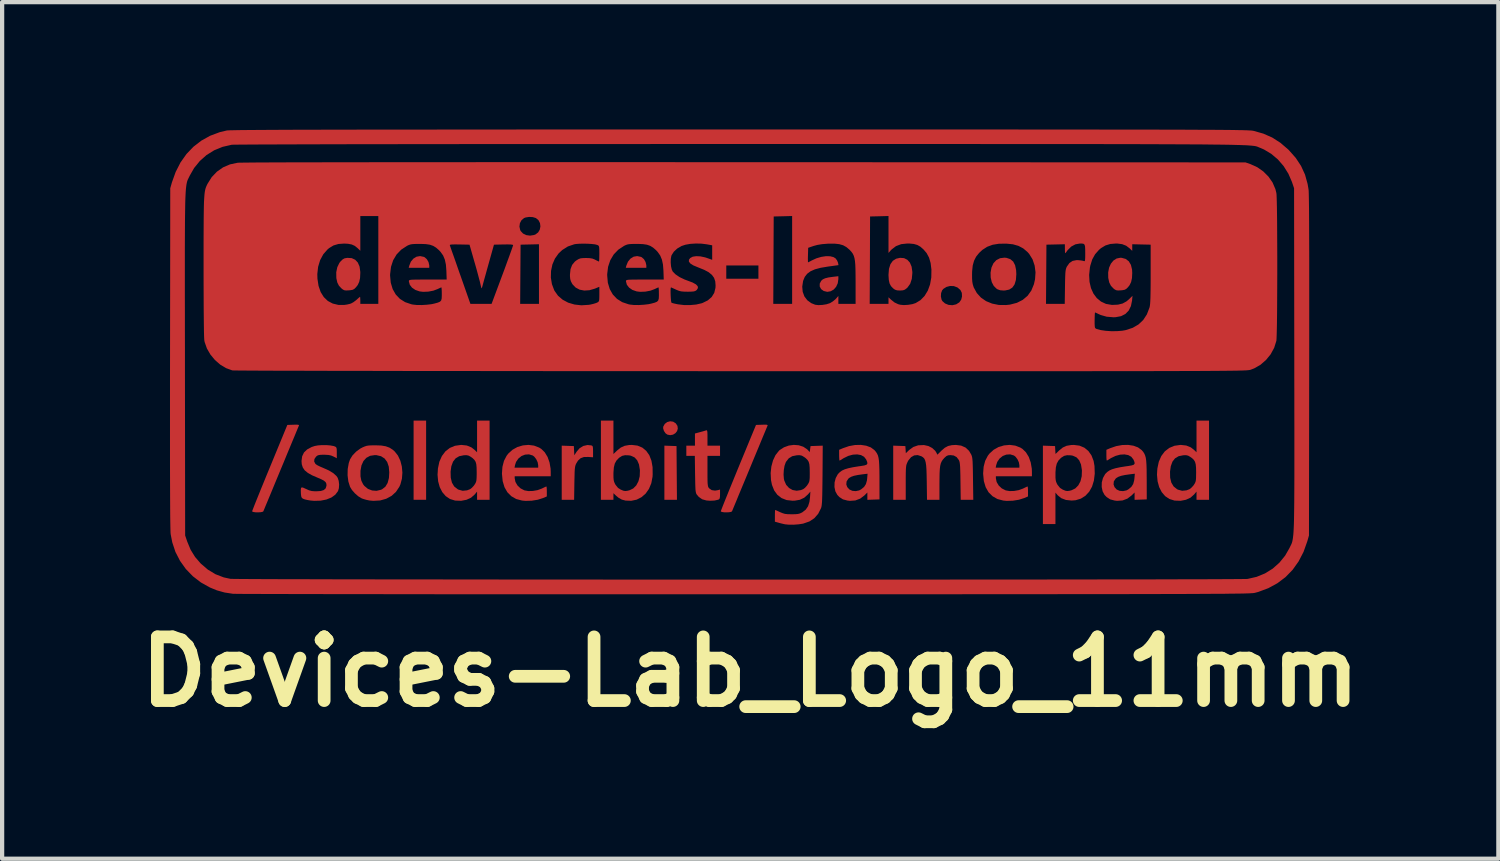
<source format=kicad_pcb>
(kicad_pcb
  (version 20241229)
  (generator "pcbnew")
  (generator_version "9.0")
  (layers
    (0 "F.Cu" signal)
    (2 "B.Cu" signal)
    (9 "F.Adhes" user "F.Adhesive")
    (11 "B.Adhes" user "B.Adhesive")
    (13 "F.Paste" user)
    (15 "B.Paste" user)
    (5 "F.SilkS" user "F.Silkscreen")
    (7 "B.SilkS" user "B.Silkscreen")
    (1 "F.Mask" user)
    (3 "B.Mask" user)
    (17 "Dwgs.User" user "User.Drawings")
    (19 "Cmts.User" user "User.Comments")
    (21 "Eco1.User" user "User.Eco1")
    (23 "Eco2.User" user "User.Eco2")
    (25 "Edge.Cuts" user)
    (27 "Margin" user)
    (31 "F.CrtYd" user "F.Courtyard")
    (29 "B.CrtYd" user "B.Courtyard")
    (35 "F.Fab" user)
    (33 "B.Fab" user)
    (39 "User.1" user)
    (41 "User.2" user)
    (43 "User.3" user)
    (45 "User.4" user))
  (footprint "Devices-Lab_Logo_11mm"
    (layer "F.Cu")
    (at 14.371 5.473)
    (property "Reference" "Devices-Lab_Logo_11mm" (at 0.25 7.3 0) (layer "F.SilkS") (effects (font (size 1.5 1.5) (thickness 0.3))))
    (attr board_only exclude_from_pos_files exclude_from_bom)
    (fp_poly (pts (xy -7.384 2.317) (xy -7.384 3.249) (xy -7.531 3.249) (xy -7.679 3.249) (xy -7.679 2.317) (xy -7.679 1.384) (xy -7.531 1.384) (xy -7.384 1.384)) (stroke (width 0) (type solid)) (fill yes) (layer "F.Cu"))
    (fp_poly (pts (xy -1.629 1.979) (xy -1.486 1.984) (xy -1.481 2.617) (xy -1.476 3.249) (xy -1.624 3.249) (xy -1.772 3.249) (xy -1.772 2.611) (xy -1.772 1.974)) (stroke (width 0) (type solid)) (fill yes) (layer "F.Cu"))
    (fp_poly (pts (xy -7.439 -2.473) (xy -7.418 -2.463) (xy -7.367 -2.418) (xy -7.328 -2.351) (xy -7.31 -2.275) (xy -7.31 -2.262) (xy -7.31 -2.215) (xy -7.552 -2.215) (xy -7.794 -2.215) (xy -7.781 -2.266) (xy -7.743 -2.361) (xy -7.683 -2.432) (xy -7.609 -2.477) (xy -7.526 -2.491)) (stroke (width 0) (type solid)) (fill yes) (layer "F.Cu"))
    (fp_poly (pts (xy -2.326 -2.473) (xy -2.305 -2.463) (xy -2.253 -2.418) (xy -2.215 -2.351) (xy -2.197 -2.275) (xy -2.197 -2.262) (xy -2.197 -2.215) (xy -2.439 -2.215) (xy -2.681 -2.215) (xy -2.668 -2.266) (xy -2.629 -2.361) (xy -2.57 -2.432) (xy -2.496 -2.477) (xy -2.413 -2.491)) (stroke (width 0) (type solid)) (fill yes) (layer "F.Cu"))
    (fp_poly (pts (xy -1.566 1.409) (xy -1.504 1.448) (xy -1.504 1.448) (xy -1.464 1.508) (xy -1.456 1.572) (xy -1.473 1.631) (xy -1.513 1.681) (xy -1.569 1.715) (xy -1.637 1.727) (xy -1.701 1.714) (xy -1.746 1.682) (xy -1.782 1.628) (xy -1.801 1.568) (xy -1.799 1.527) (xy -1.762 1.461) (xy -1.705 1.418) (xy -1.636 1.4)) (stroke (width 0) (type solid)) (fill yes) (layer "F.Cu"))
    (fp_poly (pts (xy 2.326 -1.95) (xy 2.312 -1.851) (xy 2.273 -1.767) (xy 2.216 -1.703) (xy 2.144 -1.662) (xy 2.064 -1.649) (xy 1.981 -1.669) (xy 1.919 -1.714) (xy 1.887 -1.774) (xy 1.887 -1.842) (xy 1.921 -1.908) (xy 1.958 -1.942) (xy 2.014 -1.968) (xy 2.093 -1.988) (xy 2.203 -2.003) (xy 2.211 -2.004) (xy 2.326 -2.017)) (stroke (width 0) (type solid)) (fill yes) (layer "F.Cu"))
    (fp_poly (pts (xy 6.287 -2.449) (xy 6.376 -2.419) (xy 6.444 -2.362) (xy 6.489 -2.276) (xy 6.513 -2.16) (xy 6.518 -2.064) (xy 6.508 -1.929) (xy 6.477 -1.825) (xy 6.424 -1.749) (xy 6.35 -1.702) (xy 6.252 -1.681) (xy 6.219 -1.68) (xy 6.138 -1.686) (xy 6.076 -1.708) (xy 6.053 -1.722) (xy 5.987 -1.787) (xy 5.94 -1.876) (xy 5.914 -1.984) (xy 5.911 -2.101) (xy 5.932 -2.219) (xy 5.978 -2.321) (xy 6.047 -2.396) (xy 6.135 -2.441) (xy 6.239 -2.454)) (stroke (width 0) (type solid)) (fill yes) (layer "F.Cu"))
    (fp_poly (pts (xy 3.873 -2.443) (xy 3.951 -2.404) (xy 4.011 -2.337) (xy 4.051 -2.242) (xy 4.068 -2.123) (xy 4.069 -2.095) (xy 4.056 -1.955) (xy 4.018 -1.839) (xy 3.954 -1.75) (xy 3.939 -1.736) (xy 3.893 -1.701) (xy 3.848 -1.685) (xy 3.786 -1.68) (xy 3.776 -1.68) (xy 3.708 -1.684) (xy 3.659 -1.7) (xy 3.617 -1.73) (xy 3.566 -1.783) (xy 3.532 -1.847) (xy 3.514 -1.929) (xy 3.507 -2.037) (xy 3.507 -2.054) (xy 3.518 -2.191) (xy 3.552 -2.299) (xy 3.608 -2.379) (xy 3.687 -2.429) (xy 3.778 -2.45)) (stroke (width 0) (type solid)) (fill yes) (layer "F.Cu"))
    (fp_poly (pts (xy 9 -2.45) (xy 9.094 -2.424) (xy 9.167 -2.368) (xy 9.217 -2.284) (xy 9.244 -2.173) (xy 9.248 -2.094) (xy 9.242 -1.974) (xy 9.222 -1.881) (xy 9.185 -1.805) (xy 9.148 -1.758) (xy 9.108 -1.719) (xy 9.07 -1.698) (xy 9.019 -1.688) (xy 8.978 -1.684) (xy 8.913 -1.681) (xy 8.87 -1.687) (xy 8.834 -1.706) (xy 8.808 -1.726) (xy 8.746 -1.791) (xy 8.707 -1.868) (xy 8.685 -1.967) (xy 8.683 -1.98) (xy 8.681 -2.105) (xy 8.702 -2.217) (xy 8.745 -2.312) (xy 8.805 -2.386) (xy 8.88 -2.434) (xy 8.968 -2.452)) (stroke (width 0) (type solid)) (fill yes) (layer "F.Cu"))
    (fp_poly (pts (xy -9.137 -2.443) (xy -9.055 -2.405) (xy -8.993 -2.339) (xy -8.952 -2.245) (xy -8.935 -2.125) (xy -8.934 -2.097) (xy -8.94 -1.977) (xy -8.96 -1.884) (xy -8.995 -1.809) (xy -9.035 -1.758) (xy -9.074 -1.719) (xy -9.112 -1.698) (xy -9.163 -1.688) (xy -9.205 -1.684) (xy -9.27 -1.681) (xy -9.313 -1.687) (xy -9.348 -1.706) (xy -9.374 -1.726) (xy -9.437 -1.792) (xy -9.476 -1.869) (xy -9.498 -1.968) (xy -9.499 -1.979) (xy -9.501 -2.111) (xy -9.476 -2.23) (xy -9.427 -2.331) (xy -9.397 -2.368) (xy -9.349 -2.414) (xy -9.305 -2.438) (xy -9.248 -2.448) (xy -9.238 -2.449)) (stroke (width 0) (type solid)) (fill yes) (layer "F.Cu"))
    (fp_poly (pts (xy -3.493 1.968) (xy -3.472 1.977) (xy -3.459 1.995) (xy -3.454 2.03) (xy -3.452 2.092) (xy -3.452 2.114) (xy -3.452 2.248) (xy -3.567 2.24) (xy -3.668 2.242) (xy -3.745 2.27) (xy -3.806 2.326) (xy -3.843 2.385) (xy -3.858 2.414) (xy -3.868 2.443) (xy -3.876 2.479) (xy -3.882 2.527) (xy -3.886 2.592) (xy -3.888 2.681) (xy -3.891 2.799) (xy -3.892 2.857) (xy -3.898 3.249) (xy -4.044 3.249) (xy -4.19 3.249) (xy -4.19 2.611) (xy -4.19 1.974) (xy -4.047 1.979) (xy -3.904 1.984) (xy -3.899 2.093) (xy -3.893 2.201) (xy -3.838 2.115) (xy -3.768 2.034) (xy -3.681 1.981) (xy -3.583 1.959)) (stroke (width 0) (type solid)) (fill yes) (layer "F.Cu"))
    (fp_poly (pts (xy -10.396 1.482) (xy -10.379 1.491) (xy -10.379 1.499) (xy -10.388 1.52) (xy -10.41 1.572) (xy -10.443 1.652) (xy -10.486 1.757) (xy -10.539 1.883) (xy -10.599 2.028) (xy -10.666 2.189) (xy -10.737 2.362) (xy -10.799 2.51) (xy -10.874 2.691) (xy -10.945 2.862) (xy -11.01 3.02) (xy -11.069 3.162) (xy -11.12 3.285) (xy -11.162 3.385) (xy -11.193 3.46) (xy -11.212 3.506) (xy -11.218 3.521) (xy -11.24 3.534) (xy -11.285 3.542) (xy -11.343 3.545) (xy -11.401 3.544) (xy -11.451 3.537) (xy -11.479 3.526) (xy -11.482 3.52) (xy -11.475 3.499) (xy -11.455 3.447) (xy -11.424 3.367) (xy -11.382 3.262) (xy -11.331 3.136) (xy -11.272 2.99) (xy -11.206 2.829) (xy -11.135 2.655) (xy -11.067 2.491) (xy -10.653 1.486) (xy -10.511 1.481) (xy -10.438 1.479)) (stroke (width 0) (type solid)) (fill yes) (layer "F.Cu"))
    (fp_poly (pts (xy 0.643 1.482) (xy 0.66 1.491) (xy 0.659 1.499) (xy 0.651 1.52) (xy 0.629 1.572) (xy 0.596 1.652) (xy 0.552 1.757) (xy 0.5 1.883) (xy 0.44 2.028) (xy 0.373 2.189) (xy 0.301 2.362) (xy 0.24 2.51) (xy 0.165 2.691) (xy 0.094 2.862) (xy 0.028 3.02) (xy -0.031 3.162) (xy -0.081 3.285) (xy -0.123 3.385) (xy -0.154 3.46) (xy -0.173 3.506) (xy -0.179 3.521) (xy -0.201 3.534) (xy -0.246 3.542) (xy -0.304 3.545) (xy -0.363 3.544) (xy -0.412 3.537) (xy -0.44 3.526) (xy -0.443 3.52) (xy -0.436 3.499) (xy -0.416 3.447) (xy -0.385 3.367) (xy -0.343 3.262) (xy -0.292 3.136) (xy -0.233 2.99) (xy -0.167 2.829) (xy -0.096 2.655) (xy -0.029 2.491) (xy 0.386 1.486) (xy 0.527 1.481) (xy 0.601 1.479)) (stroke (width 0) (type solid)) (fill yes) (layer "F.Cu"))
    (fp_poly (pts (xy -0.764 1.626) (xy -0.759 1.661) (xy -0.757 1.721) (xy -0.757 1.789) (xy -0.757 1.975) (xy -0.609 1.975) (xy -0.461 1.975) (xy -0.461 2.095) (xy -0.461 2.215) (xy -0.609 2.215) (xy -0.757 2.215) (xy -0.757 2.574) (xy -0.757 2.698) (xy -0.756 2.79) (xy -0.754 2.857) (xy -0.749 2.903) (xy -0.743 2.935) (xy -0.734 2.957) (xy -0.721 2.975) (xy -0.715 2.981) (xy -0.656 3.022) (xy -0.578 3.033) (xy -0.512 3.022) (xy -0.461 3.008) (xy -0.461 3.12) (xy -0.463 3.183) (xy -0.47 3.219) (xy -0.485 3.238) (xy -0.503 3.247) (xy -0.591 3.267) (xy -0.696 3.272) (xy -0.783 3.265) (xy -0.882 3.237) (xy -0.961 3.182) (xy -1.005 3.131) (xy -1.017 3.113) (xy -1.026 3.091) (xy -1.033 3.06) (xy -1.039 3.016) (xy -1.042 2.954) (xy -1.045 2.869) (xy -1.047 2.755) (xy -1.049 2.648) (xy -1.055 2.215) (xy -1.155 2.215) (xy -1.255 2.215) (xy -1.255 2.095) (xy -1.255 1.975) (xy -1.154 1.975) (xy -1.052 1.975) (xy -1.052 1.831) (xy -1.052 1.688) (xy -0.934 1.656) (xy -0.868 1.638) (xy -0.814 1.622) (xy -0.786 1.613) (xy -0.773 1.612)) (stroke (width 0) (type solid)) (fill yes) (layer "F.Cu"))
    (fp_poly (pts (xy -4.842 1.973) (xy -4.722 2.019) (xy -4.671 2.051) (xy -4.589 2.132) (xy -4.523 2.24) (xy -4.477 2.37) (xy -4.452 2.515) (xy -4.449 2.589) (xy -4.449 2.695) (xy -4.873 2.695) (xy -5.298 2.695) (xy -5.298 2.742) (xy -5.28 2.83) (xy -5.232 2.912) (xy -5.16 2.98) (xy -5.069 3.027) (xy -5.065 3.028) (xy -4.975 3.044) (xy -4.869 3.041) (xy -4.76 3.022) (xy -4.664 2.987) (xy -4.657 2.984) (xy -4.604 2.958) (xy -4.565 2.94) (xy -4.551 2.935) (xy -4.546 2.952) (xy -4.542 2.996) (xy -4.541 3.053) (xy -4.541 3.17) (xy -4.629 3.208) (xy -4.755 3.248) (xy -4.899 3.271) (xy -5.045 3.275) (xy -5.125 3.267) (xy -5.262 3.231) (xy -5.377 3.165) (xy -5.47 3.072) (xy -5.538 2.953) (xy -5.581 2.81) (xy -5.597 2.645) (xy -5.598 2.63) (xy -5.588 2.492) (xy -5.302 2.492) (xy -5.023 2.492) (xy -4.744 2.492) (xy -4.744 2.436) (xy -4.757 2.365) (xy -4.791 2.292) (xy -4.837 2.233) (xy -4.873 2.206) (xy -4.961 2.179) (xy -5.052 2.185) (xy -5.137 2.218) (xy -5.21 2.277) (xy -5.265 2.356) (xy -5.29 2.432) (xy -5.302 2.492) (xy -5.588 2.492) (xy -5.586 2.47) (xy -5.55 2.332) (xy -5.489 2.214) (xy -5.449 2.161) (xy -5.35 2.071) (xy -5.234 2.006) (xy -5.105 1.968) (xy -4.972 1.956)) (stroke (width 0) (type solid)) (fill yes) (layer "F.Cu"))
    (fp_poly (pts (xy 6.492 1.973) (xy 6.612 2.019) (xy 6.663 2.051) (xy 6.745 2.132) (xy 6.811 2.24) (xy 6.857 2.37) (xy 6.882 2.515) (xy 6.885 2.589) (xy 6.885 2.695) (xy 6.461 2.695) (xy 6.036 2.695) (xy 6.036 2.742) (xy 6.054 2.83) (xy 6.102 2.912) (xy 6.174 2.98) (xy 6.265 3.027) (xy 6.269 3.028) (xy 6.359 3.044) (xy 6.465 3.041) (xy 6.574 3.022) (xy 6.67 2.987) (xy 6.677 2.984) (xy 6.73 2.958) (xy 6.769 2.94) (xy 6.783 2.935) (xy 6.788 2.952) (xy 6.792 2.996) (xy 6.793 3.053) (xy 6.793 3.17) (xy 6.705 3.208) (xy 6.579 3.248) (xy 6.435 3.271) (xy 6.289 3.275) (xy 6.209 3.267) (xy 6.072 3.231) (xy 5.957 3.165) (xy 5.864 3.072) (xy 5.796 2.953) (xy 5.753 2.81) (xy 5.737 2.645) (xy 5.736 2.63) (xy 5.746 2.492) (xy 6.032 2.492) (xy 6.311 2.492) (xy 6.59 2.492) (xy 6.59 2.436) (xy 6.577 2.365) (xy 6.543 2.292) (xy 6.497 2.233) (xy 6.461 2.206) (xy 6.373 2.179) (xy 6.282 2.185) (xy 6.197 2.218) (xy 6.124 2.277) (xy 6.069 2.356) (xy 6.044 2.432) (xy 6.032 2.492) (xy 5.746 2.492) (xy 5.748 2.47) (xy 5.784 2.332) (xy 5.845 2.214) (xy 5.885 2.161) (xy 5.984 2.071) (xy 6.1 2.006) (xy 6.229 1.968) (xy 6.362 1.956)) (stroke (width 0) (type solid)) (fill yes) (layer "F.Cu"))
    (fp_poly (pts (xy -8.44 1.971) (xy -8.334 1.989) (xy -8.245 2.022) (xy -8.168 2.072) (xy -8.125 2.11) (xy -8.048 2.208) (xy -7.991 2.329) (xy -7.956 2.465) (xy -7.943 2.609) (xy -7.954 2.753) (xy -7.99 2.887) (xy -8.014 2.941) (xy -8.094 3.062) (xy -8.198 3.157) (xy -8.324 3.225) (xy -8.467 3.265) (xy -8.625 3.274) (xy -8.718 3.266) (xy -8.794 3.25) (xy -8.869 3.228) (xy -8.903 3.215) (xy -8.982 3.167) (xy -9.062 3.097) (xy -9.131 3.018) (xy -9.176 2.944) (xy -9.216 2.817) (xy -9.234 2.673) (xy -9.232 2.572) (xy -8.93 2.572) (xy -8.93 2.698) (xy -8.91 2.799) (xy -8.868 2.884) (xy -8.838 2.923) (xy -8.755 2.992) (xy -8.656 3.03) (xy -8.551 3.038) (xy -8.446 3.013) (xy -8.419 3) (xy -8.344 2.941) (xy -8.291 2.853) (xy -8.26 2.736) (xy -8.252 2.605) (xy -8.264 2.468) (xy -8.301 2.359) (xy -8.362 2.277) (xy -8.446 2.223) (xy -8.553 2.198) (xy -8.595 2.197) (xy -8.702 2.213) (xy -8.791 2.26) (xy -8.86 2.336) (xy -8.907 2.439) (xy -8.93 2.566) (xy -8.93 2.572) (xy -9.232 2.572) (xy -9.231 2.525) (xy -9.206 2.384) (xy -9.176 2.297) (xy -9.118 2.204) (xy -9.034 2.116) (xy -8.933 2.042) (xy -8.882 2.015) (xy -8.83 1.993) (xy -8.784 1.978) (xy -8.73 1.97) (xy -8.661 1.967) (xy -8.574 1.966)) (stroke (width 0) (type solid)) (fill yes) (layer "F.Cu"))
    (fp_poly (pts (xy -2.972 1.778) (xy -2.972 2.171) (xy -2.884 2.087) (xy -2.799 2.019) (xy -2.709 1.978) (xy -2.602 1.959) (xy -2.536 1.957) (xy -2.405 1.973) (xy -2.292 2.02) (xy -2.2 2.096) (xy -2.127 2.199) (xy -2.077 2.328) (xy -2.05 2.48) (xy -2.048 2.654) (xy -2.051 2.707) (xy -2.08 2.859) (xy -2.135 2.992) (xy -2.213 3.103) (xy -2.311 3.188) (xy -2.425 3.246) (xy -2.553 3.273) (xy -2.686 3.268) (xy -2.774 3.245) (xy -2.851 3.202) (xy -2.912 3.151) (xy -2.972 3.094) (xy -2.972 3.171) (xy -2.972 3.249) (xy -3.12 3.249) (xy -3.267 3.249) (xy -3.267 2.638) (xy -2.972 2.638) (xy -2.971 2.724) (xy -2.966 2.784) (xy -2.955 2.829) (xy -2.937 2.87) (xy -2.924 2.894) (xy -2.864 2.969) (xy -2.799 3.01) (xy -2.739 3.035) (xy -2.693 3.043) (xy -2.642 3.037) (xy -2.594 3.025) (xy -2.505 2.982) (xy -2.434 2.91) (xy -2.383 2.813) (xy -2.353 2.695) (xy -2.348 2.56) (xy -2.349 2.546) (xy -2.37 2.417) (xy -2.413 2.318) (xy -2.477 2.249) (xy -2.564 2.21) (xy -2.609 2.202) (xy -2.698 2.199) (xy -2.768 2.215) (xy -2.833 2.256) (xy -2.844 2.265) (xy -2.901 2.325) (xy -2.94 2.396) (xy -2.962 2.486) (xy -2.971 2.603) (xy -2.972 2.638) (xy -3.267 2.638) (xy -3.267 2.317) (xy -3.267 1.384) (xy -3.12 1.384) (xy -2.972 1.384)) (stroke (width 0) (type solid)) (fill yes) (layer "F.Cu"))
    (fp_poly (pts (xy 8.006 1.974) (xy 8.12 2.022) (xy 8.215 2.1) (xy 8.288 2.204) (xy 8.338 2.333) (xy 8.359 2.452) (xy 8.365 2.634) (xy 8.345 2.797) (xy 8.301 2.94) (xy 8.234 3.059) (xy 8.146 3.154) (xy 8.038 3.222) (xy 7.913 3.26) (xy 7.819 3.267) (xy 7.686 3.253) (xy 7.576 3.211) (xy 7.49 3.141) (xy 7.486 3.135) (xy 7.439 3.08) (xy 7.439 3.45) (xy 7.439 3.821) (xy 7.291 3.821) (xy 7.144 3.821) (xy 7.144 2.897) (xy 7.144 2.638) (xy 7.44 2.638) (xy 7.44 2.724) (xy 7.445 2.784) (xy 7.456 2.829) (xy 7.474 2.87) (xy 7.487 2.894) (xy 7.547 2.969) (xy 7.612 3.01) (xy 7.672 3.035) (xy 7.718 3.043) (xy 7.769 3.037) (xy 7.817 3.025) (xy 7.906 2.982) (xy 7.977 2.91) (xy 8.029 2.813) (xy 8.058 2.695) (xy 8.063 2.56) (xy 8.062 2.546) (xy 8.041 2.417) (xy 7.998 2.318) (xy 7.934 2.249) (xy 7.847 2.21) (xy 7.802 2.202) (xy 7.713 2.199) (xy 7.643 2.215) (xy 7.578 2.256) (xy 7.567 2.265) (xy 7.51 2.325) (xy 7.471 2.396) (xy 7.449 2.486) (xy 7.44 2.603) (xy 7.44 2.638) (xy 7.144 2.638) (xy 7.144 1.974) (xy 7.287 1.979) (xy 7.43 1.984) (xy 7.435 2.077) (xy 7.441 2.17) (xy 7.528 2.086) (xy 7.612 2.018) (xy 7.703 1.977) (xy 7.811 1.959) (xy 7.875 1.957)) (stroke (width 0) (type solid)) (fill yes) (layer "F.Cu"))
    (fp_poly (pts (xy -5.889 2.317) (xy -5.889 3.249) (xy -6.036 3.249) (xy -6.184 3.249) (xy -6.184 3.152) (xy -6.184 3.056) (xy -6.239 3.123) (xy -6.325 3.199) (xy -6.433 3.249) (xy -6.559 3.273) (xy -6.695 3.268) (xy -6.707 3.266) (xy -6.823 3.23) (xy -6.922 3.163) (xy -7.003 3.069) (xy -7.063 2.952) (xy -7.101 2.814) (xy -7.115 2.659) (xy -7.11 2.586) (xy -6.808 2.586) (xy -6.804 2.729) (xy -6.776 2.845) (xy -6.723 2.935) (xy -6.643 2.999) (xy -6.619 3.011) (xy -6.523 3.037) (xy -6.421 3.027) (xy -6.348 2.999) (xy -6.305 2.966) (xy -6.26 2.917) (xy -6.244 2.894) (xy -6.222 2.859) (xy -6.208 2.827) (xy -6.199 2.788) (xy -6.195 2.735) (xy -6.193 2.658) (xy -6.193 2.601) (xy -6.195 2.493) (xy -6.202 2.413) (xy -6.218 2.355) (xy -6.246 2.31) (xy -6.288 2.269) (xy -6.333 2.237) (xy -6.38 2.21) (xy -6.428 2.199) (xy -6.495 2.2) (xy -6.499 2.201) (xy -6.605 2.223) (xy -6.689 2.273) (xy -6.75 2.351) (xy -6.79 2.459) (xy -6.808 2.586) (xy -7.11 2.586) (xy -7.106 2.512) (xy -7.072 2.352) (xy -7.012 2.218) (xy -6.93 2.109) (xy -6.827 2.028) (xy -6.704 1.977) (xy -6.564 1.957) (xy -6.549 1.957) (xy -6.424 1.971) (xy -6.319 2.014) (xy -6.244 2.072) (xy -6.184 2.13) (xy -6.184 1.757) (xy -6.184 1.384) (xy -6.036 1.384) (xy -5.889 1.384)) (stroke (width 0) (type solid)) (fill yes) (layer "F.Cu"))
    (fp_poly (pts (xy 11.057 2.317) (xy 11.057 3.249) (xy 10.909 3.249) (xy 10.762 3.249) (xy 10.762 3.152) (xy 10.762 3.056) (xy 10.706 3.123) (xy 10.621 3.199) (xy 10.512 3.249) (xy 10.387 3.273) (xy 10.25 3.268) (xy 10.239 3.266) (xy 10.123 3.23) (xy 10.023 3.163) (xy 9.943 3.069) (xy 9.883 2.952) (xy 9.845 2.814) (xy 9.831 2.659) (xy 9.835 2.586) (xy 10.138 2.586) (xy 10.141 2.729) (xy 10.169 2.845) (xy 10.223 2.935) (xy 10.302 2.999) (xy 10.326 3.011) (xy 10.423 3.037) (xy 10.525 3.027) (xy 10.598 2.999) (xy 10.64 2.966) (xy 10.686 2.917) (xy 10.702 2.894) (xy 10.724 2.859) (xy 10.738 2.827) (xy 10.747 2.788) (xy 10.751 2.735) (xy 10.752 2.658) (xy 10.753 2.601) (xy 10.751 2.493) (xy 10.743 2.413) (xy 10.727 2.355) (xy 10.7 2.31) (xy 10.658 2.269) (xy 10.612 2.237) (xy 10.566 2.21) (xy 10.518 2.199) (xy 10.451 2.2) (xy 10.447 2.201) (xy 10.34 2.223) (xy 10.256 2.273) (xy 10.195 2.351) (xy 10.156 2.459) (xy 10.138 2.586) (xy 9.835 2.586) (xy 9.84 2.512) (xy 9.874 2.352) (xy 9.933 2.218) (xy 10.015 2.109) (xy 10.119 2.028) (xy 10.241 1.977) (xy 10.382 1.957) (xy 10.396 1.957) (xy 10.521 1.971) (xy 10.627 2.014) (xy 10.702 2.072) (xy 10.762 2.13) (xy 10.762 1.757) (xy 10.762 1.384) (xy 10.909 1.384) (xy 11.057 1.384)) (stroke (width 0) (type solid)) (fill yes) (layer "F.Cu"))
    (fp_poly (pts (xy -9.735 1.961) (xy -9.64 1.969) (xy -9.563 1.983) (xy -9.539 1.991) (xy -9.512 2.004) (xy -9.497 2.022) (xy -9.49 2.054) (xy -9.488 2.111) (xy -9.488 2.141) (xy -9.488 2.271) (xy -9.567 2.23) (xy -9.623 2.206) (xy -9.686 2.193) (xy -9.77 2.188) (xy -9.787 2.188) (xy -9.862 2.189) (xy -9.91 2.195) (xy -9.944 2.207) (xy -9.973 2.23) (xy -9.976 2.232) (xy -10.015 2.289) (xy -10.021 2.347) (xy -9.993 2.401) (xy -9.976 2.416) (xy -9.936 2.441) (xy -9.873 2.471) (xy -9.802 2.501) (xy -9.8 2.502) (xy -9.673 2.559) (xy -9.57 2.622) (xy -9.496 2.689) (xy -9.467 2.732) (xy -9.443 2.804) (xy -9.433 2.891) (xy -9.439 2.976) (xy -9.459 3.044) (xy -9.523 3.129) (xy -9.616 3.196) (xy -9.733 3.243) (xy -9.87 3.27) (xy -10.022 3.274) (xy -10.111 3.266) (xy -10.181 3.254) (xy -10.244 3.239) (xy -10.277 3.227) (xy -10.306 3.209) (xy -10.322 3.184) (xy -10.33 3.141) (xy -10.334 3.094) (xy -10.336 3.017) (xy -10.331 2.973) (xy -10.312 2.956) (xy -10.276 2.965) (xy -10.215 2.993) (xy -10.212 2.994) (xy -10.141 3.026) (xy -10.077 3.043) (xy -10.003 3.049) (xy -9.967 3.049) (xy -9.865 3.042) (xy -9.795 3.02) (xy -9.751 2.981) (xy -9.732 2.922) (xy -9.731 2.918) (xy -9.733 2.872) (xy -9.751 2.834) (xy -9.791 2.799) (xy -9.857 2.764) (xy -9.937 2.73) (xy -10.071 2.672) (xy -10.171 2.615) (xy -10.243 2.556) (xy -10.288 2.49) (xy -10.313 2.414) (xy -10.319 2.335) (xy -10.304 2.225) (xy -10.261 2.135) (xy -10.186 2.063) (xy -10.08 2.006) (xy -10.008 1.982) (xy -9.932 1.968) (xy -9.837 1.961)) (stroke (width 0) (type solid)) (fill yes) (layer "F.Cu"))
    (fp_poly (pts (xy 2.981 1.975) (xy 3.09 2.015) (xy 3.174 2.077) (xy 3.181 2.085) (xy 3.213 2.123) (xy 3.238 2.162) (xy 3.258 2.206) (xy 3.272 2.26) (xy 3.282 2.329) (xy 3.288 2.418) (xy 3.292 2.532) (xy 3.294 2.675) (xy 3.294 2.778) (xy 3.295 3.24) (xy 3.152 3.245) (xy 3.009 3.25) (xy 3.009 3.163) (xy 3.009 3.077) (xy 2.94 3.146) (xy 2.84 3.222) (xy 2.726 3.265) (xy 2.597 3.274) (xy 2.538 3.267) (xy 2.434 3.239) (xy 2.35 3.185) (xy 2.301 3.133) (xy 2.255 3.049) (xy 2.234 2.948) (xy 2.236 2.888) (xy 2.513 2.888) (xy 2.536 2.951) (xy 2.586 3.006) (xy 2.656 3.038) (xy 2.736 3.045) (xy 2.817 3.028) (xy 2.861 3.004) (xy 2.932 2.946) (xy 2.975 2.879) (xy 2.999 2.794) (xy 3.004 2.751) (xy 3.014 2.635) (xy 2.906 2.648) (xy 2.785 2.665) (xy 2.694 2.684) (xy 2.629 2.707) (xy 2.581 2.735) (xy 2.562 2.751) (xy 2.52 2.816) (xy 2.513 2.888) (xy 2.236 2.888) (xy 2.237 2.84) (xy 2.264 2.737) (xy 2.313 2.647) (xy 2.321 2.638) (xy 2.363 2.595) (xy 2.413 2.56) (xy 2.477 2.531) (xy 2.56 2.506) (xy 2.667 2.483) (xy 2.803 2.461) (xy 2.857 2.454) (xy 2.939 2.44) (xy 2.988 2.424) (xy 3.009 2.399) (xy 3.006 2.361) (xy 2.983 2.305) (xy 2.98 2.298) (xy 2.931 2.236) (xy 2.859 2.196) (xy 2.77 2.18) (xy 2.668 2.186) (xy 2.561 2.215) (xy 2.454 2.267) (xy 2.432 2.28) (xy 2.389 2.308) (xy 2.359 2.324) (xy 2.354 2.326) (xy 2.349 2.309) (xy 2.346 2.265) (xy 2.344 2.202) (xy 2.344 2.199) (xy 2.344 2.072) (xy 2.434 2.034) (xy 2.576 1.985) (xy 2.718 1.959) (xy 2.856 1.956)) (stroke (width 0) (type solid)) (fill yes) (layer "F.Cu"))
    (fp_poly (pts (xy 9.276 1.975) (xy 9.384 2.015) (xy 9.468 2.077) (xy 9.476 2.085) (xy 9.508 2.123) (xy 9.533 2.162) (xy 9.552 2.206) (xy 9.567 2.26) (xy 9.577 2.329) (xy 9.583 2.418) (xy 9.587 2.532) (xy 9.588 2.675) (xy 9.589 2.778) (xy 9.59 3.24) (xy 9.447 3.245) (xy 9.303 3.25) (xy 9.303 3.163) (xy 9.303 3.077) (xy 9.234 3.146) (xy 9.134 3.222) (xy 9.02 3.265) (xy 8.891 3.274) (xy 8.833 3.267) (xy 8.728 3.239) (xy 8.645 3.185) (xy 8.595 3.133) (xy 8.55 3.049) (xy 8.529 2.948) (xy 8.53 2.888) (xy 8.808 2.888) (xy 8.831 2.951) (xy 8.88 3.006) (xy 8.95 3.038) (xy 9.031 3.045) (xy 9.112 3.028) (xy 9.156 3.004) (xy 9.226 2.946) (xy 9.27 2.879) (xy 9.293 2.794) (xy 9.299 2.751) (xy 9.309 2.635) (xy 9.2 2.648) (xy 9.079 2.665) (xy 8.989 2.684) (xy 8.923 2.707) (xy 8.876 2.735) (xy 8.857 2.751) (xy 8.814 2.816) (xy 8.808 2.888) (xy 8.53 2.888) (xy 8.531 2.84) (xy 8.558 2.737) (xy 8.608 2.647) (xy 8.615 2.638) (xy 8.658 2.595) (xy 8.708 2.56) (xy 8.772 2.531) (xy 8.854 2.506) (xy 8.961 2.483) (xy 9.098 2.461) (xy 9.151 2.454) (xy 9.233 2.44) (xy 9.283 2.424) (xy 9.304 2.399) (xy 9.301 2.361) (xy 9.278 2.305) (xy 9.274 2.298) (xy 9.226 2.236) (xy 9.154 2.196) (xy 9.064 2.18) (xy 8.963 2.186) (xy 8.856 2.215) (xy 8.748 2.267) (xy 8.727 2.28) (xy 8.683 2.308) (xy 8.654 2.324) (xy 8.649 2.326) (xy 8.644 2.309) (xy 8.64 2.265) (xy 8.639 2.202) (xy 8.639 2.199) (xy 8.639 2.072) (xy 8.728 2.034) (xy 8.87 1.985) (xy 9.013 1.959) (xy 9.15 1.956)) (stroke (width 0) (type solid)) (fill yes) (layer "F.Cu"))
    (fp_poly (pts (xy 5.218 1.973) (xy 5.322 2.019) (xy 5.404 2.096) (xy 5.458 2.188) (xy 5.468 2.215) (xy 5.477 2.248) (xy 5.483 2.292) (xy 5.488 2.352) (xy 5.491 2.432) (xy 5.494 2.537) (xy 5.496 2.672) (xy 5.497 2.755) (xy 5.504 3.249) (xy 5.356 3.249) (xy 5.208 3.249) (xy 5.202 2.81) (xy 5.2 2.668) (xy 5.197 2.557) (xy 5.194 2.474) (xy 5.189 2.412) (xy 5.183 2.368) (xy 5.175 2.337) (xy 5.164 2.313) (xy 5.164 2.313) (xy 5.112 2.244) (xy 5.044 2.206) (xy 4.968 2.197) (xy 4.914 2.201) (xy 4.873 2.218) (xy 4.831 2.255) (xy 4.819 2.267) (xy 4.784 2.307) (xy 4.758 2.348) (xy 4.738 2.395) (xy 4.724 2.454) (xy 4.715 2.53) (xy 4.71 2.629) (xy 4.708 2.756) (xy 4.707 2.868) (xy 4.707 3.249) (xy 4.561 3.249) (xy 4.414 3.249) (xy 4.408 2.82) (xy 4.405 2.663) (xy 4.401 2.538) (xy 4.394 2.442) (xy 4.383 2.369) (xy 4.368 2.315) (xy 4.348 2.277) (xy 4.321 2.249) (xy 4.287 2.227) (xy 4.281 2.224) (xy 4.194 2.196) (xy 4.111 2.204) (xy 4.038 2.246) (xy 3.976 2.321) (xy 3.961 2.347) (xy 3.946 2.38) (xy 3.934 2.41) (xy 3.925 2.443) (xy 3.92 2.485) (xy 3.916 2.541) (xy 3.914 2.618) (xy 3.913 2.72) (xy 3.913 2.846) (xy 3.913 3.249) (xy 3.766 3.249) (xy 3.618 3.249) (xy 3.618 2.611) (xy 3.618 1.974) (xy 3.761 1.979) (xy 3.904 1.984) (xy 3.91 2.068) (xy 3.915 2.152) (xy 3.994 2.076) (xy 4.092 2.005) (xy 4.205 1.966) (xy 4.335 1.96) (xy 4.348 1.961) (xy 4.447 1.983) (xy 4.537 2.03) (xy 4.607 2.095) (xy 4.631 2.132) (xy 4.659 2.187) (xy 4.754 2.092) (xy 4.832 2.024) (xy 4.911 1.982) (xy 5.001 1.962) (xy 5.095 1.957)) (stroke (width 0) (type solid)) (fill yes) (layer "F.Cu"))
    (fp_poly (pts (xy 1.393 1.965) (xy 1.499 1.999) (xy 1.588 2.058) (xy 1.606 2.076) (xy 1.652 2.126) (xy 1.661 2.055) (xy 1.671 1.984) (xy 1.814 1.979) (xy 1.958 1.974) (xy 1.953 2.671) (xy 1.951 2.855) (xy 1.949 3.006) (xy 1.947 3.128) (xy 1.944 3.224) (xy 1.941 3.298) (xy 1.936 3.354) (xy 1.931 3.396) (xy 1.924 3.427) (xy 1.917 3.448) (xy 1.85 3.58) (xy 1.76 3.683) (xy 1.645 3.759) (xy 1.504 3.808) (xy 1.495 3.811) (xy 1.391 3.827) (xy 1.272 3.836) (xy 1.156 3.835) (xy 1.071 3.827) (xy 1.026 3.817) (xy 0.964 3.802) (xy 0.928 3.792) (xy 0.831 3.765) (xy 0.831 3.627) (xy 0.832 3.561) (xy 0.834 3.512) (xy 0.837 3.489) (xy 0.838 3.489) (xy 0.857 3.496) (xy 0.9 3.515) (xy 0.953 3.54) (xy 1.014 3.565) (xy 1.068 3.581) (xy 1.131 3.588) (xy 1.216 3.59) (xy 1.228 3.59) (xy 1.313 3.589) (xy 1.374 3.583) (xy 1.421 3.571) (xy 1.466 3.55) (xy 1.477 3.544) (xy 1.556 3.483) (xy 1.612 3.402) (xy 1.645 3.297) (xy 1.658 3.196) (xy 1.667 3.057) (xy 1.608 3.124) (xy 1.521 3.201) (xy 1.419 3.249) (xy 1.297 3.27) (xy 1.246 3.271) (xy 1.107 3.256) (xy 0.988 3.209) (xy 0.89 3.133) (xy 0.814 3.029) (xy 0.762 2.898) (xy 0.739 2.783) (xy 0.733 2.656) (xy 1.035 2.656) (xy 1.043 2.755) (xy 1.052 2.795) (xy 1.096 2.896) (xy 1.164 2.971) (xy 1.248 3.019) (xy 1.343 3.036) (xy 1.444 3.021) (xy 1.499 2.998) (xy 1.541 2.966) (xy 1.585 2.917) (xy 1.601 2.894) (xy 1.623 2.859) (xy 1.638 2.827) (xy 1.646 2.788) (xy 1.651 2.735) (xy 1.652 2.658) (xy 1.652 2.601) (xy 1.65 2.493) (xy 1.643 2.413) (xy 1.627 2.355) (xy 1.599 2.31) (xy 1.557 2.269) (xy 1.512 2.237) (xy 1.466 2.21) (xy 1.417 2.199) (xy 1.35 2.2) (xy 1.346 2.201) (xy 1.241 2.222) (xy 1.159 2.271) (xy 1.096 2.351) (xy 1.086 2.369) (xy 1.058 2.449) (xy 1.041 2.549) (xy 1.035 2.656) (xy 0.733 2.656) (xy 0.731 2.62) (xy 0.748 2.464) (xy 0.787 2.321) (xy 0.846 2.196) (xy 0.925 2.096) (xy 0.944 2.078) (xy 1.045 2.013) (xy 1.158 1.972) (xy 1.277 1.956)) (stroke (width 0) (type solid)) (fill yes) (layer "F.Cu"))
    (fp_poly (pts (xy 0.796 -5.473) (xy 1.556 -5.473) (xy 2.281 -5.473) (xy 2.972 -5.473) (xy 3.629 -5.473) (xy 4.253 -5.473) (xy 4.846 -5.473) (xy 5.407 -5.473) (xy 5.939 -5.473) (xy 6.441 -5.473) (xy 6.914 -5.472) (xy 7.36 -5.472) (xy 7.779 -5.472) (xy 8.173 -5.472) (xy 8.541 -5.471) (xy 8.885 -5.471) (xy 9.206 -5.471) (xy 9.504 -5.47) (xy 9.781 -5.47) (xy 10.036 -5.469) (xy 10.272 -5.469) (xy 10.489 -5.468) (xy 10.687 -5.467) (xy 10.868 -5.466) (xy 11.032 -5.466) (xy 11.18 -5.465) (xy 11.314 -5.464) (xy 11.434 -5.463) (xy 11.54 -5.462) (xy 11.634 -5.461) (xy 11.717 -5.459) (xy 11.788 -5.458) (xy 11.85 -5.457) (xy 11.903 -5.455) (xy 11.948 -5.454) (xy 11.986 -5.452) (xy 12.017 -5.45) (xy 12.043 -5.449) (xy 12.064 -5.447) (xy 12.081 -5.445) (xy 12.095 -5.442) (xy 12.107 -5.44) (xy 12.109 -5.44) (xy 12.338 -5.375) (xy 12.546 -5.283) (xy 12.739 -5.159) (xy 12.922 -5.002) (xy 12.94 -4.984) (xy 13.1 -4.803) (xy 13.225 -4.613) (xy 13.318 -4.41) (xy 13.379 -4.189) (xy 13.401 -4.059) (xy 13.404 -4.025) (xy 13.406 -3.964) (xy 13.408 -3.876) (xy 13.41 -3.759) (xy 13.412 -3.613) (xy 13.413 -3.437) (xy 13.414 -3.231) (xy 13.415 -2.994) (xy 13.416 -2.725) (xy 13.417 -2.423) (xy 13.417 -2.089) (xy 13.417 -1.721) (xy 13.417 -1.319) (xy 13.417 -0.882) (xy 13.417 -0.41) (xy 13.416 0.092) (xy 13.411 4.089) (xy 13.371 4.229) (xy 13.283 4.476) (xy 13.167 4.7) (xy 13.026 4.898) (xy 12.859 5.07) (xy 12.668 5.214) (xy 12.454 5.331) (xy 12.218 5.419) (xy 12.136 5.441) (xy 12.126 5.443) (xy 12.113 5.445) (xy 12.096 5.447) (xy 12.075 5.449) (xy 12.048 5.45) (xy 12.015 5.452) (xy 11.974 5.454) (xy 11.926 5.455) (xy 11.868 5.457) (xy 11.801 5.458) (xy 11.724 5.459) (xy 11.635 5.46) (xy 11.533 5.461) (xy 11.419 5.463) (xy 11.29 5.464) (xy 11.147 5.464) (xy 10.988 5.465) (xy 10.813 5.466) (xy 10.621 5.467) (xy 10.41 5.468) (xy 10.18 5.468) (xy 9.931 5.469) (xy 9.66 5.47) (xy 9.368 5.47) (xy 9.054 5.471) (xy 8.717 5.471) (xy 8.355 5.471) (xy 7.969 5.472) (xy 7.557 5.472) (xy 7.118 5.473) (xy 6.652 5.473) (xy 6.157 5.473) (xy 5.634 5.473) (xy 5.08 5.474) (xy 4.496 5.474) (xy 3.879 5.474) (xy 3.231 5.474) (xy 2.549 5.474) (xy 1.833 5.475) (xy 1.082 5.475) (xy 0.295 5.475) (xy 0.111 5.475) (xy -0.552 5.475) (xy -1.205 5.475) (xy -1.849 5.475) (xy -2.482 5.475) (xy -3.104 5.475) (xy -3.712 5.475) (xy -4.307 5.475) (xy -4.888 5.475) (xy -5.452 5.474) (xy -6 5.474) (xy -6.53 5.474) (xy -7.042 5.474) (xy -7.534 5.473) (xy -8.005 5.473) (xy -8.455 5.472) (xy -8.882 5.472) (xy -9.286 5.471) (xy -9.665 5.471) (xy -10.018 5.47) (xy -10.345 5.47) (xy -10.644 5.469) (xy -10.915 5.469) (xy -11.156 5.468) (xy -11.367 5.467) (xy -11.546 5.466) (xy -11.692 5.466) (xy -11.805 5.465) (xy -11.884 5.464) (xy -11.927 5.463) (xy -11.935 5.463) (xy -12.131 5.433) (xy -12.313 5.382) (xy -12.476 5.315) (xy -12.689 5.196) (xy -12.879 5.05) (xy -13.044 4.879) (xy -13.181 4.687) (xy -13.289 4.477) (xy -13.364 4.25) (xy -13.401 4.059) (xy -13.404 4.025) (xy -13.406 3.964) (xy -13.408 3.876) (xy -13.41 3.759) (xy -13.412 3.613) (xy -13.413 3.437) (xy -13.414 3.231) (xy -13.415 2.994) (xy -13.416 2.725) (xy -13.417 2.423) (xy -13.417 2.089) (xy -13.417 1.721) (xy -13.417 1.319) (xy -13.417 0.882) (xy -13.417 0.41) (xy -13.416 -0.092) (xy -13.413 -2.178) (xy -13.067 -2.178) (xy -13.067 -1.871) (xy -13.067 -1.536) (xy -13.066 -1.168) (xy -13.066 -0.769) (xy -13.065 -0.335) (xy -13.065 0.051) (xy -13.06 4.089) (xy -13.01 4.236) (xy -12.93 4.428) (xy -12.826 4.596) (xy -12.694 4.749) (xy -12.69 4.753) (xy -12.524 4.895) (xy -12.344 5.003) (xy -12.151 5.077) (xy -11.994 5.111) (xy -11.968 5.112) (xy -11.906 5.113) (xy -11.81 5.114) (xy -11.68 5.115) (xy -11.518 5.116) (xy -11.326 5.117) (xy -11.103 5.118) (xy -10.852 5.119) (xy -10.574 5.119) (xy -10.269 5.12) (xy -9.939 5.121) (xy -9.586 5.122) (xy -9.21 5.122) (xy -8.813 5.123) (xy -8.396 5.124) (xy -7.959 5.124) (xy -7.505 5.125) (xy -7.034 5.125) (xy -6.548 5.126) (xy -6.048 5.126) (xy -5.534 5.127) (xy -5.009 5.127) (xy -4.473 5.128) (xy -3.928 5.128) (xy -3.374 5.128) (xy -2.814 5.129) (xy -2.247 5.129) (xy -1.676 5.129) (xy -1.102 5.129) (xy -0.525 5.129) (xy 0.053 5.129) (xy 0.63 5.129) (xy 1.207 5.129) (xy 1.78 5.129) (xy 2.35 5.129) (xy 2.916 5.129) (xy 3.475 5.129) (xy 4.026 5.129) (xy 4.569 5.129) (xy 5.103 5.128) (xy 5.625 5.128) (xy 6.136 5.128) (xy 6.633 5.127) (xy 7.116 5.127) (xy 7.583 5.126) (xy 8.033 5.126) (xy 8.465 5.125) (xy 8.878 5.125) (xy 9.27 5.124) (xy 9.641 5.124) (xy 9.989 5.123) (xy 10.313 5.122) (xy 10.611 5.121) (xy 10.884 5.121) (xy 11.128 5.12) (xy 11.344 5.119) (xy 11.529 5.118) (xy 11.684 5.117) (xy 11.806 5.116) (xy 11.894 5.115) (xy 11.948 5.114) (xy 11.965 5.113) (xy 12.178 5.064) (xy 12.376 4.983) (xy 12.556 4.871) (xy 12.714 4.731) (xy 12.849 4.565) (xy 12.951 4.387) (xy 12.964 4.36) (xy 12.976 4.336) (xy 12.987 4.313) (xy 12.998 4.291) (xy 13.007 4.267) (xy 13.016 4.239) (xy 13.023 4.207) (xy 13.03 4.17) (xy 13.036 4.124) (xy 13.042 4.07) (xy 13.047 4.005) (xy 13.051 3.928) (xy 13.055 3.838) (xy 13.058 3.733) (xy 13.06 3.612) (xy 13.062 3.472) (xy 13.064 3.314) (xy 13.065 3.134) (xy 13.066 2.932) (xy 13.067 2.706) (xy 13.067 2.455) (xy 13.067 2.178) (xy 13.067 1.871) (xy 13.067 1.536) (xy 13.066 1.168) (xy 13.066 0.769) (xy 13.065 0.335) (xy 13.065 -0.051) (xy 13.06 -4.089) (xy 13.01 -4.237) (xy 12.926 -4.431) (xy 12.815 -4.609) (xy 12.68 -4.766) (xy 12.524 -4.898) (xy 12.353 -5.001) (xy 12.263 -5.04) (xy 12.248 -5.046) (xy 12.234 -5.051) (xy 12.222 -5.057) (xy 12.21 -5.062) (xy 12.198 -5.067) (xy 12.184 -5.072) (xy 12.168 -5.076) (xy 12.148 -5.081) (xy 12.125 -5.085) (xy 12.096 -5.088) (xy 12.062 -5.092) (xy 12.022 -5.095) (xy 11.974 -5.099) (xy 11.917 -5.102) (xy 11.852 -5.104) (xy 11.777 -5.107) (xy 11.691 -5.109) (xy 11.593 -5.112) (xy 11.483 -5.114) (xy 11.359 -5.116) (xy 11.221 -5.117) (xy 11.069 -5.119) (xy 10.9 -5.121) (xy 10.715 -5.122) (xy 10.512 -5.123) (xy 10.29 -5.124) (xy 10.05 -5.125) (xy 9.789 -5.126) (xy 9.507 -5.127) (xy 9.204 -5.128) (xy 8.878 -5.128) (xy 8.528 -5.129) (xy 8.154 -5.129) (xy 7.755 -5.13) (xy 7.33 -5.13) (xy 6.878 -5.13) (xy 6.398 -5.13) (xy 5.889 -5.13) (xy 5.352 -5.131) (xy 4.783 -5.131) (xy 4.184 -5.131) (xy 3.553 -5.131) (xy 2.889 -5.131) (xy 2.191 -5.131) (xy 1.459 -5.131) (xy 0.691 -5.131) (xy 0.018 -5.131) (xy -0.821 -5.131) (xy -1.633 -5.131) (xy -2.418 -5.13) (xy -3.174 -5.13) (xy -3.903 -5.13) (xy -4.602 -5.13) (xy -5.272 -5.129) (xy -5.913 -5.129) (xy -6.523 -5.129) (xy -7.104 -5.128) (xy -7.653 -5.128) (xy -8.172 -5.127) (xy -8.659 -5.126) (xy -9.114 -5.126) (xy -9.537 -5.125) (xy -9.928 -5.124) (xy -10.285 -5.123) (xy -10.609 -5.122) (xy -10.9 -5.121) (xy -11.156 -5.121) (xy -11.378 -5.119) (xy -11.565 -5.118) (xy -11.717 -5.117) (xy -11.833 -5.116) (xy -11.913 -5.115) (xy -11.957 -5.114) (xy -11.965 -5.113) (xy -12.178 -5.064) (xy -12.376 -4.983) (xy -12.556 -4.871) (xy -12.714 -4.731) (xy -12.849 -4.565) (xy -12.951 -4.387) (xy -12.964 -4.36) (xy -12.976 -4.336) (xy -12.987 -4.313) (xy -12.998 -4.291) (xy -13.007 -4.267) (xy -13.016 -4.239) (xy -13.023 -4.207) (xy -13.03 -4.17) (xy -13.036 -4.124) (xy -13.042 -4.07) (xy -13.047 -4.005) (xy -13.051 -3.928) (xy -13.055 -3.838) (xy -13.058 -3.733) (xy -13.06 -3.612) (xy -13.062 -3.472) (xy -13.064 -3.314) (xy -13.065 -3.134) (xy -13.066 -2.932) (xy -13.067 -2.706) (xy -13.067 -2.455) (xy -13.067 -2.178) (xy -13.413 -2.178) (xy -13.411 -4.089) (xy -13.371 -4.229) (xy -13.283 -4.474) (xy -13.169 -4.697) (xy -13.029 -4.895) (xy -12.865 -5.066) (xy -12.679 -5.21) (xy -12.472 -5.325) (xy -12.245 -5.41) (xy -12.081 -5.449) (xy -12.067 -5.451) (xy -12.042 -5.452) (xy -12.005 -5.454) (xy -11.956 -5.455) (xy -11.895 -5.456) (xy -11.819 -5.458) (xy -11.729 -5.459) (xy -11.623 -5.46) (xy -11.501 -5.461) (xy -11.362 -5.462) (xy -11.206 -5.463) (xy -11.031 -5.464) (xy -10.837 -5.465) (xy -10.623 -5.466) (xy -10.388 -5.467) (xy -10.132 -5.467) (xy -9.853 -5.468) (xy -9.552 -5.469) (xy -9.226 -5.469) (xy -8.877 -5.47) (xy -8.501 -5.47) (xy -8.1 -5.471) (xy -7.672 -5.471) (xy -7.216 -5.471) (xy -6.732 -5.472) (xy -6.219 -5.472) (xy -5.676 -5.472) (xy -5.102 -5.473) (xy -4.497 -5.473) (xy -3.86 -5.473) (xy -3.19 -5.473) (xy -2.486 -5.473) (xy -1.747 -5.473) (xy -0.973 -5.473) (xy -0.164 -5.473) (xy 0 -5.473)) (stroke (width 0) (type solid)) (fill yes) (layer "F.Cu"))
    (fp_poly (pts (xy -3.67 -4.704) (xy -2.902 -4.704) (xy -2.1 -4.704) (xy -1.265 -4.703) (xy -0.398 -4.703) (xy 0.129 -4.703) (xy 11.915 -4.698) (xy 12.031 -4.658) (xy 12.192 -4.585) (xy 12.335 -4.485) (xy 12.457 -4.363) (xy 12.554 -4.223) (xy 12.62 -4.069) (xy 12.643 -3.977) (xy 12.647 -3.939) (xy 12.65 -3.867) (xy 12.653 -3.766) (xy 12.656 -3.637) (xy 12.658 -3.485) (xy 12.66 -3.313) (xy 12.661 -3.124) (xy 12.662 -2.921) (xy 12.663 -2.708) (xy 12.664 -2.488) (xy 12.664 -2.264) (xy 12.664 -2.04) (xy 12.663 -1.819) (xy 12.662 -1.604) (xy 12.661 -1.398) (xy 12.66 -1.205) (xy 12.658 -1.029) (xy 12.656 -0.871) (xy 12.653 -0.737) (xy 12.65 -0.628) (xy 12.647 -0.549) (xy 12.644 -0.502) (xy 12.643 -0.495) (xy 12.591 -0.33) (xy 12.508 -0.178) (xy 12.399 -0.044) (xy 12.269 0.069) (xy 12.122 0.153) (xy 12.034 0.187) (xy 12.026 0.189) (xy 12.016 0.191) (xy 12.005 0.193) (xy 11.99 0.195) (xy 11.971 0.197) (xy 11.948 0.199) (xy 11.919 0.201) (xy 11.883 0.202) (xy 11.84 0.204) (xy 11.79 0.205) (xy 11.73 0.207) (xy 11.66 0.208) (xy 11.579 0.209) (xy 11.487 0.21) (xy 11.383 0.211) (xy 11.265 0.212) (xy 11.134 0.213) (xy 10.987 0.214) (xy 10.824 0.215) (xy 10.645 0.216) (xy 10.449 0.216) (xy 10.234 0.217) (xy 10 0.217) (xy 9.746 0.218) (xy 9.471 0.218) (xy 9.175 0.219) (xy 8.856 0.219) (xy 8.513 0.219) (xy 8.146 0.22) (xy 7.754 0.22) (xy 7.337 0.22) (xy 6.892 0.22) (xy 6.42 0.22) (xy 5.919 0.22) (xy 5.389 0.22) (xy 4.829 0.22) (xy 4.238 0.22) (xy 3.615 0.22) (xy 2.959 0.22) (xy 2.27 0.22) (xy 1.546 0.22) (xy 0.787 0.22) (xy 0.021 0.22) (xy -0.683 0.22) (xy -1.375 0.219) (xy -2.053 0.219) (xy -2.716 0.219) (xy -3.363 0.219) (xy -3.993 0.218) (xy -4.606 0.218) (xy -5.201 0.217) (xy -5.777 0.217) (xy -6.333 0.216) (xy -6.867 0.216) (xy -7.38 0.215) (xy -7.871 0.215) (xy -8.338 0.214) (xy -8.78 0.213) (xy -9.198 0.213) (xy -9.59 0.212) (xy -9.954 0.211) (xy -10.291 0.21) (xy -10.6 0.209) (xy -10.879 0.209) (xy -11.127 0.208) (xy -11.345 0.207) (xy -11.53 0.206) (xy -11.683 0.205) (xy -11.802 0.204) (xy -11.886 0.203) (xy -11.935 0.202) (xy -11.948 0.202) (xy -12.094 0.149) (xy -12.233 0.066) (xy -12.358 -0.043) (xy -12.465 -0.172) (xy -12.547 -0.314) (xy -12.6 -0.464) (xy -12.607 -0.496) (xy -12.611 -0.534) (xy -12.614 -0.608) (xy -12.617 -0.716) (xy -12.619 -0.858) (xy -12.621 -1.032) (xy -12.623 -1.237) (xy -12.624 -1.473) (xy -12.625 -1.737) (xy -12.626 -2.03) (xy -12.626 -2.067) (xy -9.947 -2.067) (xy -9.944 -1.959) (xy -9.918 -1.789) (xy -9.868 -1.644) (xy -9.794 -1.525) (xy -9.699 -1.434) (xy -9.584 -1.373) (xy -9.45 -1.341) (xy -9.317 -1.34) (xy -9.246 -1.35) (xy -9.178 -1.366) (xy -9.149 -1.376) (xy -9.097 -1.405) (xy -9.039 -1.448) (xy -9.017 -1.467) (xy -8.976 -1.504) (xy -8.948 -1.527) (xy -8.941 -1.532) (xy -8.937 -1.516) (xy -8.935 -1.474) (xy -8.934 -1.449) (xy -8.934 -1.366) (xy -8.722 -1.366) (xy -8.51 -1.366) (xy -8.51 -2.034) (xy -8.233 -2.034) (xy -8.217 -1.864) (xy -8.172 -1.714) (xy -8.1 -1.587) (xy -8.001 -1.483) (xy -7.878 -1.406) (xy -7.731 -1.356) (xy -7.695 -1.349) (xy -7.603 -1.339) (xy -7.489 -1.338) (xy -7.37 -1.345) (xy -7.259 -1.358) (xy -7.189 -1.373) (xy -7.109 -1.395) (xy -7.058 -1.417) (xy -7.03 -1.446) (xy -7.018 -1.492) (xy -7.015 -1.561) (xy -7.015 -1.597) (xy -7.016 -1.668) (xy -7.019 -1.722) (xy -7.023 -1.751) (xy -7.024 -1.754) (xy -7.046 -1.746) (xy -7.087 -1.727) (xy -7.107 -1.717) (xy -7.212 -1.677) (xy -7.333 -1.654) (xy -7.453 -1.649) (xy -7.537 -1.659) (xy -7.638 -1.694) (xy -7.717 -1.748) (xy -7.769 -1.816) (xy -7.79 -1.893) (xy -7.79 -1.9) (xy -7.789 -1.912) (xy -7.783 -1.921) (xy -7.767 -1.928) (xy -7.738 -1.933) (xy -7.69 -1.936) (xy -7.62 -1.937) (xy -7.523 -1.938) (xy -7.396 -1.938) (xy -7.345 -1.938) (xy -6.9 -1.938) (xy -6.907 -2.146) (xy -6.918 -2.29) (xy -6.943 -2.407) (xy -6.983 -2.504) (xy -7.043 -2.589) (xy -7.081 -2.63) (xy -7.15 -2.69) (xy -7.218 -2.732) (xy -7.259 -2.746) (xy -6.826 -2.746) (xy -6.818 -2.724) (xy -6.8 -2.671) (xy -6.772 -2.591) (xy -6.735 -2.488) (xy -6.692 -2.366) (xy -6.644 -2.228) (xy -6.592 -2.079) (xy -6.579 -2.044) (xy -6.341 -1.366) (xy -6.091 -1.366) (xy -5.842 -1.366) (xy -5.169 -1.366) (xy -4.947 -1.366) (xy -4.726 -1.366) (xy -4.726 -1.985) (xy -4.446 -1.985) (xy -4.421 -1.831) (xy -4.367 -1.687) (xy -4.36 -1.674) (xy -4.278 -1.558) (xy -4.169 -1.464) (xy -4.038 -1.394) (xy -3.889 -1.35) (xy -3.727 -1.332) (xy -3.555 -1.343) (xy -3.516 -1.349) (xy -3.447 -1.365) (xy -3.385 -1.384) (xy -3.355 -1.396) (xy -3.331 -1.41) (xy -3.317 -1.426) (xy -3.308 -1.454) (xy -3.305 -1.501) (xy -3.304 -1.575) (xy -3.304 -1.595) (xy -3.304 -1.768) (xy -3.41 -1.724) (xy -3.537 -1.687) (xy -3.658 -1.679) (xy -3.768 -1.7) (xy -3.861 -1.749) (xy -3.934 -1.824) (xy -3.946 -1.843) (xy -3.975 -1.899) (xy -3.99 -1.952) (xy -3.996 -2.019) (xy -3.996 -2.034) (xy -3.119 -2.034) (xy -3.104 -1.864) (xy -3.059 -1.714) (xy -2.987 -1.587) (xy -2.888 -1.483) (xy -2.765 -1.406) (xy -2.617 -1.356) (xy -2.582 -1.349) (xy -2.49 -1.339) (xy -2.376 -1.338) (xy -2.257 -1.345) (xy -2.146 -1.358) (xy -2.076 -1.373) (xy -1.996 -1.395) (xy -1.945 -1.417) (xy -1.917 -1.446) (xy -1.904 -1.492) (xy -1.901 -1.561) (xy -1.901 -1.597) (xy -1.902 -1.631) (xy -1.626 -1.631) (xy -1.624 -1.562) (xy -1.62 -1.494) (xy -1.615 -1.437) (xy -1.608 -1.4) (xy -1.604 -1.393) (xy -1.577 -1.383) (xy -1.525 -1.37) (xy -1.458 -1.356) (xy -1.452 -1.355) (xy -1.312 -1.338) (xy -1.165 -1.337) (xy -1.023 -1.35) (xy -0.954 -1.366) (xy 0.793 -1.366) (xy 1.015 -1.366) (xy 1.237 -1.366) (xy 1.237 -1.772) (xy 1.475 -1.772) (xy 1.486 -1.649) (xy 1.526 -1.541) (xy 1.595 -1.45) (xy 1.688 -1.382) (xy 1.781 -1.345) (xy 1.858 -1.336) (xy 1.951 -1.341) (xy 2.046 -1.356) (xy 2.127 -1.382) (xy 2.135 -1.386) (xy 2.198 -1.425) (xy 2.258 -1.475) (xy 2.27 -1.488) (xy 2.326 -1.552) (xy 2.326 -1.459) (xy 2.326 -1.366) (xy 2.529 -1.366) (xy 2.732 -1.366) (xy 3.064 -1.366) (xy 3.286 -1.366) (xy 3.507 -1.366) (xy 3.507 -1.443) (xy 3.507 -1.521) (xy 3.567 -1.464) (xy 3.65 -1.398) (xy 3.735 -1.358) (xy 3.784 -1.345) (xy 3.868 -1.337) (xy 3.969 -1.343) (xy 4.068 -1.359) (xy 4.146 -1.384) (xy 4.261 -1.454) (xy 4.346 -1.541) (xy 4.741 -1.541) (xy 4.756 -1.468) (xy 4.775 -1.432) (xy 4.838 -1.376) (xy 4.92 -1.342) (xy 5.011 -1.334) (xy 5.1 -1.354) (xy 5.175 -1.401) (xy 5.22 -1.466) (xy 5.238 -1.54) (xy 5.234 -1.624) (xy 5.201 -1.692) (xy 5.135 -1.749) (xy 5.126 -1.754) (xy 5.046 -1.784) (xy 4.958 -1.787) (xy 4.873 -1.765) (xy 4.801 -1.72) (xy 4.77 -1.684) (xy 4.746 -1.619) (xy 4.741 -1.541) (xy 4.346 -1.541) (xy 4.357 -1.553) (xy 4.433 -1.678) (xy 4.486 -1.824) (xy 4.515 -1.988) (xy 4.516 -2.058) (xy 5.475 -2.058) (xy 5.476 -1.958) (xy 5.481 -1.885) (xy 5.492 -1.825) (xy 5.509 -1.77) (xy 5.516 -1.75) (xy 5.587 -1.621) (xy 5.684 -1.514) (xy 5.805 -1.43) (xy 5.947 -1.372) (xy 6.105 -1.34) (xy 6.275 -1.338) (xy 6.368 -1.348) (xy 6.438 -1.366) (xy 7.217 -1.366) (xy 7.438 -1.366) (xy 7.658 -1.366) (xy 7.664 -1.767) (xy 7.666 -1.901) (xy 7.669 -2.004) (xy 7.671 -2.047) (xy 8.233 -2.047) (xy 8.242 -1.884) (xy 8.276 -1.737) (xy 8.334 -1.608) (xy 8.413 -1.502) (xy 8.512 -1.42) (xy 8.629 -1.365) (xy 8.762 -1.342) (xy 8.78 -1.341) (xy 8.912 -1.347) (xy 9.021 -1.374) (xy 9.112 -1.424) (xy 9.169 -1.472) (xy 9.254 -1.555) (xy 9.244 -1.445) (xy 9.217 -1.313) (xy 9.165 -1.208) (xy 9.087 -1.128) (xy 8.985 -1.076) (xy 8.857 -1.052) (xy 8.806 -1.05) (xy 8.647 -1.063) (xy 8.506 -1.103) (xy 8.451 -1.128) (xy 8.406 -1.15) (xy 8.376 -1.162) (xy 8.372 -1.163) (xy 8.368 -1.146) (xy 8.365 -1.1) (xy 8.363 -1.032) (xy 8.362 -0.978) (xy 8.362 -0.894) (xy 8.365 -0.839) (xy 8.37 -0.807) (xy 8.382 -0.789) (xy 8.401 -0.778) (xy 8.413 -0.773) (xy 8.506 -0.748) (xy 8.623 -0.731) (xy 8.755 -0.722) (xy 8.888 -0.723) (xy 9.013 -0.733) (xy 9.096 -0.748) (xy 9.26 -0.802) (xy 9.396 -0.881) (xy 9.507 -0.986) (xy 9.593 -1.118) (xy 9.654 -1.277) (xy 9.656 -1.283) (xy 9.663 -1.317) (xy 9.669 -1.364) (xy 9.673 -1.428) (xy 9.677 -1.514) (xy 9.679 -1.623) (xy 9.681 -1.759) (xy 9.682 -1.927) (xy 9.682 -2.067) (xy 9.682 -2.76) (xy 9.465 -2.765) (xy 9.248 -2.77) (xy 9.248 -2.692) (xy 9.248 -2.614) (xy 9.188 -2.672) (xy 9.105 -2.735) (xy 9.01 -2.772) (xy 8.894 -2.787) (xy 8.864 -2.787) (xy 8.73 -2.776) (xy 8.616 -2.741) (xy 8.512 -2.678) (xy 8.465 -2.638) (xy 8.373 -2.534) (xy 8.306 -2.413) (xy 8.261 -2.269) (xy 8.251 -2.222) (xy 8.233 -2.047) (xy 7.671 -2.047) (xy 7.672 -2.08) (xy 7.677 -2.136) (xy 7.684 -2.178) (xy 7.693 -2.209) (xy 7.705 -2.237) (xy 7.708 -2.243) (xy 7.768 -2.327) (xy 7.842 -2.377) (xy 7.935 -2.396) (xy 7.974 -2.395) (xy 8.037 -2.389) (xy 8.089 -2.38) (xy 8.108 -2.374) (xy 8.122 -2.37) (xy 8.132 -2.378) (xy 8.137 -2.405) (xy 8.14 -2.454) (xy 8.141 -2.534) (xy 8.141 -2.562) (xy 8.14 -2.656) (xy 8.136 -2.72) (xy 8.125 -2.759) (xy 8.104 -2.779) (xy 8.069 -2.786) (xy 8.016 -2.787) (xy 8.014 -2.787) (xy 7.909 -2.768) (xy 7.811 -2.715) (xy 7.724 -2.628) (xy 7.685 -2.573) (xy 7.673 -2.559) (xy 7.666 -2.569) (xy 7.663 -2.608) (xy 7.662 -2.654) (xy 7.661 -2.77) (xy 7.444 -2.765) (xy 7.227 -2.76) (xy 7.222 -2.063) (xy 7.217 -1.366) (xy 6.438 -1.366) (xy 6.531 -1.39) (xy 6.669 -1.46) (xy 6.783 -1.556) (xy 6.871 -1.679) (xy 6.932 -1.827) (xy 6.959 -1.946) (xy 6.97 -2.111) (xy 6.949 -2.269) (xy 6.9 -2.414) (xy 6.822 -2.54) (xy 6.78 -2.588) (xy 6.679 -2.673) (xy 6.567 -2.732) (xy 6.436 -2.769) (xy 6.287 -2.784) (xy 6.11 -2.782) (xy 5.96 -2.758) (xy 5.831 -2.71) (xy 5.718 -2.637) (xy 5.642 -2.566) (xy 5.571 -2.478) (xy 5.522 -2.381) (xy 5.491 -2.27) (xy 5.477 -2.136) (xy 5.475 -2.058) (xy 4.516 -2.058) (xy 4.518 -2.167) (xy 4.518 -2.174) (xy 4.499 -2.328) (xy 4.462 -2.455) (xy 4.404 -2.563) (xy 4.33 -2.649) (xy 4.258 -2.712) (xy 4.186 -2.753) (xy 4.102 -2.777) (xy 3.998 -2.787) (xy 3.947 -2.787) (xy 3.806 -2.772) (xy 3.684 -2.726) (xy 3.583 -2.649) (xy 3.563 -2.629) (xy 3.507 -2.565) (xy 3.507 -3) (xy 3.507 -3.435) (xy 3.29 -3.429) (xy 3.073 -3.424) (xy 3.069 -2.395) (xy 3.064 -1.366) (xy 2.732 -1.366) (xy 2.732 -1.861) (xy 2.731 -2.033) (xy 2.729 -2.174) (xy 2.725 -2.286) (xy 2.717 -2.375) (xy 2.705 -2.445) (xy 2.688 -2.501) (xy 2.666 -2.547) (xy 2.636 -2.589) (xy 2.599 -2.63) (xy 2.587 -2.642) (xy 2.515 -2.703) (xy 2.438 -2.746) (xy 2.347 -2.772) (xy 2.237 -2.784) (xy 2.098 -2.784) (xy 2.078 -2.783) (xy 1.942 -2.772) (xy 1.832 -2.754) (xy 1.744 -2.73) (xy 1.615 -2.686) (xy 1.61 -2.515) (xy 1.608 -2.441) (xy 1.609 -2.383) (xy 1.61 -2.349) (xy 1.612 -2.344) (xy 1.631 -2.352) (xy 1.672 -2.373) (xy 1.701 -2.389) (xy 1.81 -2.439) (xy 1.923 -2.472) (xy 2.033 -2.489) (xy 2.131 -2.487) (xy 2.212 -2.467) (xy 2.262 -2.435) (xy 2.297 -2.386) (xy 2.318 -2.334) (xy 2.329 -2.278) (xy 2.074 -2.243) (xy 1.908 -2.215) (xy 1.774 -2.179) (xy 1.67 -2.133) (xy 1.592 -2.075) (xy 1.535 -2.002) (xy 1.498 -1.913) (xy 1.495 -1.903) (xy 1.475 -1.772) (xy 1.237 -1.772) (xy 1.237 -2.4) (xy 1.237 -3.435) (xy 1.02 -3.429) (xy 0.803 -3.424) (xy 0.798 -2.395) (xy 0.793 -1.366) (xy -0.954 -1.366) (xy -0.9 -1.378) (xy -0.873 -1.387) (xy -0.749 -1.448) (xy -0.658 -1.527) (xy -0.598 -1.624) (xy -0.569 -1.741) (xy -0.566 -1.8) (xy -0.574 -1.897) (xy -0.602 -1.979) (xy -0.652 -2.048) (xy -0.728 -2.11) (xy -0.734 -2.114) (xy -0.314 -2.114) (xy -0.314 -1.957) (xy 0.065 -1.957) (xy 0.443 -1.957) (xy 0.443 -2.114) (xy 0.443 -2.27) (xy 0.065 -2.27) (xy -0.314 -2.27) (xy -0.314 -2.114) (xy -0.734 -2.114) (xy -0.834 -2.167) (xy -0.972 -2.223) (xy -0.982 -2.227) (xy -1.09 -2.272) (xy -1.161 -2.317) (xy -1.195 -2.362) (xy -1.193 -2.407) (xy -1.162 -2.446) (xy -1.104 -2.477) (xy -1.021 -2.489) (xy -0.922 -2.484) (xy -0.814 -2.461) (xy -0.779 -2.45) (xy -0.646 -2.403) (xy -0.646 -2.574) (xy -0.646 -2.745) (xy -0.772 -2.768) (xy -0.897 -2.784) (xy -1.03 -2.787) (xy -1.16 -2.779) (xy -1.275 -2.759) (xy -1.366 -2.729) (xy -1.469 -2.669) (xy -1.549 -2.595) (xy -1.601 -2.514) (xy -1.608 -2.496) (xy -1.621 -2.426) (xy -1.623 -2.341) (xy -1.616 -2.254) (xy -1.599 -2.178) (xy -1.576 -2.128) (xy -1.51 -2.061) (xy -1.414 -1.996) (xy -1.295 -1.939) (xy -1.22 -1.911) (xy -1.106 -1.868) (xy -1.029 -1.825) (xy -0.988 -1.783) (xy -0.981 -1.74) (xy -1.008 -1.696) (xy -1.017 -1.687) (xy -1.043 -1.67) (xy -1.078 -1.659) (xy -1.131 -1.654) (xy -1.212 -1.652) (xy -1.225 -1.652) (xy -1.313 -1.654) (xy -1.378 -1.66) (xy -1.432 -1.674) (xy -1.49 -1.697) (xy -1.502 -1.703) (xy -1.559 -1.729) (xy -1.6 -1.747) (xy -1.617 -1.754) (xy -1.623 -1.737) (xy -1.626 -1.693) (xy -1.626 -1.631) (xy -1.902 -1.631) (xy -1.902 -1.668) (xy -1.905 -1.722) (xy -1.909 -1.751) (xy -1.911 -1.754) (xy -1.932 -1.746) (xy -1.974 -1.727) (xy -1.993 -1.717) (xy -2.099 -1.677) (xy -2.219 -1.654) (xy -2.34 -1.649) (xy -2.424 -1.659) (xy -2.525 -1.694) (xy -2.603 -1.748) (xy -2.656 -1.816) (xy -2.676 -1.893) (xy -2.677 -1.9) (xy -2.675 -1.912) (xy -2.669 -1.921) (xy -2.654 -1.928) (xy -2.624 -1.933) (xy -2.577 -1.936) (xy -2.507 -1.937) (xy -2.41 -1.938) (xy -2.282 -1.938) (xy -2.232 -1.938) (xy -1.787 -1.938) (xy -1.794 -2.146) (xy -1.805 -2.29) (xy -1.83 -2.407) (xy -1.87 -2.504) (xy -1.93 -2.589) (xy -1.968 -2.63) (xy -2.037 -2.69) (xy -2.105 -2.732) (xy -2.182 -2.759) (xy -2.276 -2.773) (xy -2.396 -2.778) (xy -2.418 -2.778) (xy -2.514 -2.777) (xy -2.582 -2.774) (xy -2.632 -2.767) (xy -2.674 -2.754) (xy -2.717 -2.734) (xy -2.721 -2.732) (xy -2.856 -2.643) (xy -2.965 -2.53) (xy -3.046 -2.394) (xy -3.098 -2.239) (xy -3.119 -2.066) (xy -3.119 -2.034) (xy -3.996 -2.034) (xy -3.996 -2.058) (xy -3.983 -2.183) (xy -3.945 -2.283) (xy -3.879 -2.363) (xy -3.836 -2.395) (xy -3.79 -2.422) (xy -3.746 -2.438) (xy -3.69 -2.444) (xy -3.619 -2.446) (xy -3.532 -2.443) (xy -3.467 -2.432) (xy -3.411 -2.41) (xy -3.401 -2.404) (xy -3.353 -2.38) (xy -3.32 -2.365) (xy -3.313 -2.363) (xy -3.309 -2.38) (xy -3.306 -2.426) (xy -3.305 -2.494) (xy -3.304 -2.548) (xy -3.305 -2.632) (xy -3.307 -2.687) (xy -3.313 -2.719) (xy -3.324 -2.738) (xy -3.343 -2.749) (xy -3.355 -2.754) (xy -3.405 -2.767) (xy -3.482 -2.776) (xy -3.575 -2.782) (xy -3.675 -2.784) (xy -3.771 -2.782) (xy -3.853 -2.776) (xy -3.895 -2.769) (xy -4.045 -2.718) (xy -4.178 -2.634) (xy -4.264 -2.553) (xy -4.35 -2.432) (xy -4.41 -2.293) (xy -4.442 -2.141) (xy -4.446 -1.985) (xy -4.726 -1.985) (xy -4.726 -2.068) (xy -4.726 -2.77) (xy -4.942 -2.765) (xy -5.159 -2.76) (xy -5.164 -2.063) (xy -5.169 -1.366) (xy -5.842 -1.366) (xy -5.588 -2.047) (xy -5.532 -2.197) (xy -5.481 -2.338) (xy -5.435 -2.463) (xy -5.396 -2.571) (xy -5.365 -2.657) (xy -5.345 -2.716) (xy -5.335 -2.746) (xy -5.335 -2.749) (xy -5.348 -2.758) (xy -5.389 -2.764) (xy -5.46 -2.766) (xy -5.56 -2.765) (xy -5.786 -2.76) (xy -5.918 -2.289) (xy -5.954 -2.16) (xy -5.987 -2.041) (xy -6.017 -1.935) (xy -6.04 -1.85) (xy -6.056 -1.791) (xy -6.064 -1.763) (xy -6.072 -1.737) (xy -6.079 -1.734) (xy -6.088 -1.758) (xy -6.101 -1.814) (xy -6.104 -1.827) (xy -6.116 -1.881) (xy -6.138 -1.963) (xy -6.165 -2.065) (xy -6.197 -2.183) (xy -6.232 -2.307) (xy -6.246 -2.354) (xy -6.362 -2.76) (xy -6.598 -2.765) (xy -6.698 -2.766) (xy -6.767 -2.765) (xy -6.807 -2.761) (xy -6.825 -2.754) (xy -6.826 -2.746) (xy -7.259 -2.746) (xy -7.295 -2.759) (xy -7.389 -2.773) (xy -7.51 -2.778) (xy -7.531 -2.778) (xy -7.627 -2.777) (xy -7.695 -2.774) (xy -7.745 -2.767) (xy -7.787 -2.754) (xy -7.831 -2.734) (xy -7.834 -2.732) (xy -7.97 -2.643) (xy -8.079 -2.53) (xy -8.16 -2.394) (xy -8.211 -2.239) (xy -8.232 -2.066) (xy -8.233 -2.034) (xy -8.51 -2.034) (xy -8.51 -2.4) (xy -8.51 -3.185) (xy -5.186 -3.185) (xy -5.168 -3.105) (xy -5.156 -3.081) (xy -5.101 -3.022) (xy -5.024 -2.985) (xy -4.936 -2.973) (xy -4.845 -2.987) (xy -4.808 -3.001) (xy -4.745 -3.049) (xy -4.707 -3.115) (xy -4.692 -3.191) (xy -4.702 -3.268) (xy -4.737 -3.336) (xy -4.797 -3.386) (xy -4.799 -3.387) (xy -4.871 -3.409) (xy -4.957 -3.414) (xy -5.039 -3.401) (xy -5.077 -3.387) (xy -5.138 -3.336) (xy -5.175 -3.266) (xy -5.186 -3.185) (xy -8.51 -3.185) (xy -8.51 -3.433) (xy -8.722 -3.433) (xy -8.934 -3.433) (xy -8.934 -3.025) (xy -8.934 -2.616) (xy -8.998 -2.678) (xy -9.063 -2.731) (xy -9.135 -2.764) (xy -9.223 -2.781) (xy -9.314 -2.786) (xy -9.45 -2.776) (xy -9.565 -2.742) (xy -9.668 -2.68) (xy -9.706 -2.648) (xy -9.806 -2.534) (xy -9.88 -2.397) (xy -9.928 -2.239) (xy -9.947 -2.067) (xy -12.626 -2.067) (xy -12.626 -2.241) (xy -12.626 -2.536) (xy -12.626 -2.796) (xy -12.625 -3.024) (xy -12.624 -3.223) (xy -12.623 -3.394) (xy -12.621 -3.541) (xy -12.619 -3.665) (xy -12.616 -3.769) (xy -12.611 -3.855) (xy -12.606 -3.926) (xy -12.6 -3.984) (xy -12.592 -4.032) (xy -12.583 -4.072) (xy -12.572 -4.106) (xy -12.56 -4.137) (xy -12.546 -4.167) (xy -12.532 -4.195) (xy -12.434 -4.351) (xy -12.311 -4.48) (xy -12.167 -4.581) (xy -12.004 -4.651) (xy -11.825 -4.689) (xy -11.823 -4.689) (xy -11.792 -4.691) (xy -11.724 -4.692) (xy -11.62 -4.693) (xy -11.479 -4.695) (xy -11.301 -4.696) (xy -11.088 -4.697) (xy -10.839 -4.698) (xy -10.554 -4.699) (xy -10.233 -4.699) (xy -9.877 -4.7) (xy -9.486 -4.701) (xy -9.06 -4.701) (xy -8.598 -4.702) (xy -8.102 -4.702) (xy -7.572 -4.703) (xy -7.007 -4.703) (xy -6.407 -4.703) (xy -5.774 -4.704) (xy -5.106 -4.704) (xy -4.405 -4.704)) (stroke (width 0) (type solid)) (fill yes) (layer "F.Cu"))
    (fp_poly (pts (xy -7.384 2.317) (xy -7.384 3.249) (xy -7.531 3.249) (xy -7.679 3.249) (xy -7.679 2.317) (xy -7.679 1.384) (xy -7.531 1.384) (xy -7.384 1.384)) (stroke (width 0) (type solid)) (fill yes) (layer "F.Mask"))
    (fp_poly (pts (xy -1.629 1.979) (xy -1.486 1.984) (xy -1.481 2.617) (xy -1.476 3.249) (xy -1.624 3.249) (xy -1.772 3.249) (xy -1.772 2.611) (xy -1.772 1.974)) (stroke (width 0) (type solid)) (fill yes) (layer "F.Mask"))
    (fp_poly (pts (xy -7.439 -2.473) (xy -7.418 -2.463) (xy -7.367 -2.418) (xy -7.328 -2.351) (xy -7.31 -2.275) (xy -7.31 -2.262) (xy -7.31 -2.215) (xy -7.552 -2.215) (xy -7.794 -2.215) (xy -7.781 -2.266) (xy -7.743 -2.361) (xy -7.683 -2.432) (xy -7.609 -2.477) (xy -7.526 -2.491)) (stroke (width 0) (type solid)) (fill yes) (layer "F.Mask"))
    (fp_poly (pts (xy -2.326 -2.473) (xy -2.305 -2.463) (xy -2.253 -2.418) (xy -2.215 -2.351) (xy -2.197 -2.275) (xy -2.197 -2.262) (xy -2.197 -2.215) (xy -2.439 -2.215) (xy -2.681 -2.215) (xy -2.668 -2.266) (xy -2.629 -2.361) (xy -2.57 -2.432) (xy -2.496 -2.477) (xy -2.413 -2.491)) (stroke (width 0) (type solid)) (fill yes) (layer "F.Mask"))
    (fp_poly (pts (xy -1.566 1.409) (xy -1.504 1.448) (xy -1.504 1.448) (xy -1.464 1.508) (xy -1.456 1.572) (xy -1.473 1.631) (xy -1.513 1.681) (xy -1.569 1.715) (xy -1.637 1.727) (xy -1.701 1.714) (xy -1.746 1.682) (xy -1.782 1.628) (xy -1.801 1.568) (xy -1.799 1.527) (xy -1.762 1.461) (xy -1.705 1.418) (xy -1.636 1.4)) (stroke (width 0) (type solid)) (fill yes) (layer "F.Mask"))
    (fp_poly (pts (xy 2.326 -1.95) (xy 2.312 -1.851) (xy 2.273 -1.767) (xy 2.216 -1.703) (xy 2.144 -1.662) (xy 2.064 -1.649) (xy 1.981 -1.669) (xy 1.919 -1.714) (xy 1.887 -1.774) (xy 1.887 -1.842) (xy 1.921 -1.908) (xy 1.958 -1.942) (xy 2.014 -1.968) (xy 2.093 -1.988) (xy 2.203 -2.003) (xy 2.211 -2.004) (xy 2.326 -2.017)) (stroke (width 0) (type solid)) (fill yes) (layer "F.Mask"))
    (fp_poly (pts (xy 6.287 -2.449) (xy 6.376 -2.419) (xy 6.444 -2.362) (xy 6.489 -2.276) (xy 6.513 -2.16) (xy 6.518 -2.064) (xy 6.508 -1.929) (xy 6.477 -1.825) (xy 6.424 -1.749) (xy 6.35 -1.702) (xy 6.252 -1.681) (xy 6.219 -1.68) (xy 6.138 -1.686) (xy 6.076 -1.708) (xy 6.053 -1.722) (xy 5.987 -1.787) (xy 5.94 -1.876) (xy 5.914 -1.984) (xy 5.911 -2.101) (xy 5.932 -2.219) (xy 5.978 -2.321) (xy 6.047 -2.396) (xy 6.135 -2.441) (xy 6.239 -2.454)) (stroke (width 0) (type solid)) (fill yes) (layer "F.Mask"))
    (fp_poly (pts (xy 3.873 -2.443) (xy 3.951 -2.404) (xy 4.011 -2.337) (xy 4.051 -2.242) (xy 4.068 -2.123) (xy 4.069 -2.095) (xy 4.056 -1.955) (xy 4.018 -1.839) (xy 3.954 -1.75) (xy 3.939 -1.736) (xy 3.893 -1.701) (xy 3.848 -1.685) (xy 3.786 -1.68) (xy 3.776 -1.68) (xy 3.708 -1.684) (xy 3.659 -1.7) (xy 3.617 -1.73) (xy 3.566 -1.783) (xy 3.532 -1.847) (xy 3.514 -1.929) (xy 3.507 -2.037) (xy 3.507 -2.054) (xy 3.518 -2.191) (xy 3.552 -2.299) (xy 3.608 -2.379) (xy 3.687 -2.429) (xy 3.778 -2.45)) (stroke (width 0) (type solid)) (fill yes) (layer "F.Mask"))
    (fp_poly (pts (xy 9 -2.45) (xy 9.094 -2.424) (xy 9.167 -2.368) (xy 9.217 -2.284) (xy 9.244 -2.173) (xy 9.248 -2.094) (xy 9.242 -1.974) (xy 9.222 -1.881) (xy 9.185 -1.805) (xy 9.148 -1.758) (xy 9.108 -1.719) (xy 9.07 -1.698) (xy 9.019 -1.688) (xy 8.978 -1.684) (xy 8.913 -1.681) (xy 8.87 -1.687) (xy 8.834 -1.706) (xy 8.808 -1.726) (xy 8.746 -1.791) (xy 8.707 -1.868) (xy 8.685 -1.967) (xy 8.683 -1.98) (xy 8.681 -2.105) (xy 8.702 -2.217) (xy 8.745 -2.312) (xy 8.805 -2.386) (xy 8.88 -2.434) (xy 8.968 -2.452)) (stroke (width 0) (type solid)) (fill yes) (layer "F.Mask"))
    (fp_poly (pts (xy -9.137 -2.443) (xy -9.055 -2.405) (xy -8.993 -2.339) (xy -8.952 -2.245) (xy -8.935 -2.125) (xy -8.934 -2.097) (xy -8.94 -1.977) (xy -8.96 -1.884) (xy -8.995 -1.809) (xy -9.035 -1.758) (xy -9.074 -1.719) (xy -9.112 -1.698) (xy -9.163 -1.688) (xy -9.205 -1.684) (xy -9.27 -1.681) (xy -9.313 -1.687) (xy -9.348 -1.706) (xy -9.374 -1.726) (xy -9.437 -1.792) (xy -9.476 -1.869) (xy -9.498 -1.968) (xy -9.499 -1.979) (xy -9.501 -2.111) (xy -9.476 -2.23) (xy -9.427 -2.331) (xy -9.397 -2.368) (xy -9.349 -2.414) (xy -9.305 -2.438) (xy -9.248 -2.448) (xy -9.238 -2.449)) (stroke (width 0) (type solid)) (fill yes) (layer "F.Mask"))
    (fp_poly (pts (xy -3.493 1.968) (xy -3.472 1.977) (xy -3.459 1.995) (xy -3.454 2.03) (xy -3.452 2.092) (xy -3.452 2.114) (xy -3.452 2.248) (xy -3.567 2.24) (xy -3.668 2.242) (xy -3.745 2.27) (xy -3.806 2.326) (xy -3.843 2.385) (xy -3.858 2.414) (xy -3.868 2.443) (xy -3.876 2.479) (xy -3.882 2.527) (xy -3.886 2.592) (xy -3.888 2.681) (xy -3.891 2.799) (xy -3.892 2.857) (xy -3.898 3.249) (xy -4.044 3.249) (xy -4.19 3.249) (xy -4.19 2.611) (xy -4.19 1.974) (xy -4.047 1.979) (xy -3.904 1.984) (xy -3.899 2.093) (xy -3.893 2.201) (xy -3.838 2.115) (xy -3.768 2.034) (xy -3.681 1.981) (xy -3.583 1.959)) (stroke (width 0) (type solid)) (fill yes) (layer "F.Mask"))
    (fp_poly (pts (xy -10.396 1.482) (xy -10.379 1.491) (xy -10.379 1.499) (xy -10.388 1.52) (xy -10.41 1.572) (xy -10.443 1.652) (xy -10.486 1.757) (xy -10.539 1.883) (xy -10.599 2.028) (xy -10.666 2.189) (xy -10.737 2.362) (xy -10.799 2.51) (xy -10.874 2.691) (xy -10.945 2.862) (xy -11.01 3.02) (xy -11.069 3.162) (xy -11.12 3.285) (xy -11.162 3.385) (xy -11.193 3.46) (xy -11.212 3.506) (xy -11.218 3.521) (xy -11.24 3.534) (xy -11.285 3.542) (xy -11.343 3.545) (xy -11.401 3.544) (xy -11.451 3.537) (xy -11.479 3.526) (xy -11.482 3.52) (xy -11.475 3.499) (xy -11.455 3.447) (xy -11.424 3.367) (xy -11.382 3.262) (xy -11.331 3.136) (xy -11.272 2.99) (xy -11.206 2.829) (xy -11.135 2.655) (xy -11.067 2.491) (xy -10.653 1.486) (xy -10.511 1.481) (xy -10.438 1.479)) (stroke (width 0) (type solid)) (fill yes) (layer "F.Mask"))
    (fp_poly (pts (xy 0.643 1.482) (xy 0.66 1.491) (xy 0.659 1.499) (xy 0.651 1.52) (xy 0.629 1.572) (xy 0.596 1.652) (xy 0.552 1.757) (xy 0.5 1.883) (xy 0.44 2.028) (xy 0.373 2.189) (xy 0.301 2.362) (xy 0.24 2.51) (xy 0.165 2.691) (xy 0.094 2.862) (xy 0.028 3.02) (xy -0.031 3.162) (xy -0.081 3.285) (xy -0.123 3.385) (xy -0.154 3.46) (xy -0.173 3.506) (xy -0.179 3.521) (xy -0.201 3.534) (xy -0.246 3.542) (xy -0.304 3.545) (xy -0.363 3.544) (xy -0.412 3.537) (xy -0.44 3.526) (xy -0.443 3.52) (xy -0.436 3.499) (xy -0.416 3.447) (xy -0.385 3.367) (xy -0.343 3.262) (xy -0.292 3.136) (xy -0.233 2.99) (xy -0.167 2.829) (xy -0.096 2.655) (xy -0.029 2.491) (xy 0.386 1.486) (xy 0.527 1.481) (xy 0.601 1.479)) (stroke (width 0) (type solid)) (fill yes) (layer "F.Mask"))
    (fp_poly (pts (xy -0.764 1.626) (xy -0.759 1.661) (xy -0.757 1.721) (xy -0.757 1.789) (xy -0.757 1.975) (xy -0.609 1.975) (xy -0.461 1.975) (xy -0.461 2.095) (xy -0.461 2.215) (xy -0.609 2.215) (xy -0.757 2.215) (xy -0.757 2.574) (xy -0.757 2.698) (xy -0.756 2.79) (xy -0.754 2.857) (xy -0.749 2.903) (xy -0.743 2.935) (xy -0.734 2.957) (xy -0.721 2.975) (xy -0.715 2.981) (xy -0.656 3.022) (xy -0.578 3.033) (xy -0.512 3.022) (xy -0.461 3.008) (xy -0.461 3.12) (xy -0.463 3.183) (xy -0.47 3.219) (xy -0.485 3.238) (xy -0.503 3.247) (xy -0.591 3.267) (xy -0.696 3.272) (xy -0.783 3.265) (xy -0.882 3.237) (xy -0.961 3.182) (xy -1.005 3.131) (xy -1.017 3.113) (xy -1.026 3.091) (xy -1.033 3.06) (xy -1.039 3.016) (xy -1.042 2.954) (xy -1.045 2.869) (xy -1.047 2.755) (xy -1.049 2.648) (xy -1.055 2.215) (xy -1.155 2.215) (xy -1.255 2.215) (xy -1.255 2.095) (xy -1.255 1.975) (xy -1.154 1.975) (xy -1.052 1.975) (xy -1.052 1.831) (xy -1.052 1.688) (xy -0.934 1.656) (xy -0.868 1.638) (xy -0.814 1.622) (xy -0.786 1.613) (xy -0.773 1.612)) (stroke (width 0) (type solid)) (fill yes) (layer "F.Mask"))
    (fp_poly (pts (xy -4.842 1.973) (xy -4.722 2.019) (xy -4.671 2.051) (xy -4.589 2.132) (xy -4.523 2.24) (xy -4.477 2.37) (xy -4.452 2.515) (xy -4.449 2.589) (xy -4.449 2.695) (xy -4.873 2.695) (xy -5.298 2.695) (xy -5.298 2.742) (xy -5.28 2.83) (xy -5.232 2.912) (xy -5.16 2.98) (xy -5.069 3.027) (xy -5.065 3.028) (xy -4.975 3.044) (xy -4.869 3.041) (xy -4.76 3.022) (xy -4.664 2.987) (xy -4.657 2.984) (xy -4.604 2.958) (xy -4.565 2.94) (xy -4.551 2.935) (xy -4.546 2.952) (xy -4.542 2.996) (xy -4.541 3.053) (xy -4.541 3.17) (xy -4.629 3.208) (xy -4.755 3.248) (xy -4.899 3.271) (xy -5.045 3.275) (xy -5.125 3.267) (xy -5.262 3.231) (xy -5.377 3.165) (xy -5.47 3.072) (xy -5.538 2.953) (xy -5.581 2.81) (xy -5.597 2.645) (xy -5.598 2.63) (xy -5.588 2.492) (xy -5.302 2.492) (xy -5.023 2.492) (xy -4.744 2.492) (xy -4.744 2.436) (xy -4.757 2.365) (xy -4.791 2.292) (xy -4.837 2.233) (xy -4.873 2.206) (xy -4.961 2.179) (xy -5.052 2.185) (xy -5.137 2.218) (xy -5.21 2.277) (xy -5.265 2.356) (xy -5.29 2.432) (xy -5.302 2.492) (xy -5.588 2.492) (xy -5.586 2.47) (xy -5.55 2.332) (xy -5.489 2.214) (xy -5.449 2.161) (xy -5.35 2.071) (xy -5.234 2.006) (xy -5.105 1.968) (xy -4.972 1.956)) (stroke (width 0) (type solid)) (fill yes) (layer "F.Mask"))
    (fp_poly (pts (xy 6.492 1.973) (xy 6.612 2.019) (xy 6.663 2.051) (xy 6.745 2.132) (xy 6.811 2.24) (xy 6.857 2.37) (xy 6.882 2.515) (xy 6.885 2.589) (xy 6.885 2.695) (xy 6.461 2.695) (xy 6.036 2.695) (xy 6.036 2.742) (xy 6.054 2.83) (xy 6.102 2.912) (xy 6.174 2.98) (xy 6.265 3.027) (xy 6.269 3.028) (xy 6.359 3.044) (xy 6.465 3.041) (xy 6.574 3.022) (xy 6.67 2.987) (xy 6.677 2.984) (xy 6.73 2.958) (xy 6.769 2.94) (xy 6.783 2.935) (xy 6.788 2.952) (xy 6.792 2.996) (xy 6.793 3.053) (xy 6.793 3.17) (xy 6.705 3.208) (xy 6.579 3.248) (xy 6.435 3.271) (xy 6.289 3.275) (xy 6.209 3.267) (xy 6.072 3.231) (xy 5.957 3.165) (xy 5.864 3.072) (xy 5.796 2.953) (xy 5.753 2.81) (xy 5.737 2.645) (xy 5.736 2.63) (xy 5.746 2.492) (xy 6.032 2.492) (xy 6.311 2.492) (xy 6.59 2.492) (xy 6.59 2.436) (xy 6.577 2.365) (xy 6.543 2.292) (xy 6.497 2.233) (xy 6.461 2.206) (xy 6.373 2.179) (xy 6.282 2.185) (xy 6.197 2.218) (xy 6.124 2.277) (xy 6.069 2.356) (xy 6.044 2.432) (xy 6.032 2.492) (xy 5.746 2.492) (xy 5.748 2.47) (xy 5.784 2.332) (xy 5.845 2.214) (xy 5.885 2.161) (xy 5.984 2.071) (xy 6.1 2.006) (xy 6.229 1.968) (xy 6.362 1.956)) (stroke (width 0) (type solid)) (fill yes) (layer "F.Mask"))
    (fp_poly (pts (xy -8.44 1.971) (xy -8.334 1.989) (xy -8.245 2.022) (xy -8.168 2.072) (xy -8.125 2.11) (xy -8.048 2.208) (xy -7.991 2.329) (xy -7.956 2.465) (xy -7.943 2.609) (xy -7.954 2.753) (xy -7.99 2.887) (xy -8.014 2.941) (xy -8.094 3.062) (xy -8.198 3.157) (xy -8.324 3.225) (xy -8.467 3.265) (xy -8.625 3.274) (xy -8.718 3.266) (xy -8.794 3.25) (xy -8.869 3.228) (xy -8.903 3.215) (xy -8.982 3.167) (xy -9.062 3.097) (xy -9.131 3.018) (xy -9.176 2.944) (xy -9.216 2.817) (xy -9.234 2.673) (xy -9.232 2.572) (xy -8.93 2.572) (xy -8.93 2.698) (xy -8.91 2.799) (xy -8.868 2.884) (xy -8.838 2.923) (xy -8.755 2.992) (xy -8.656 3.03) (xy -8.551 3.038) (xy -8.446 3.013) (xy -8.419 3) (xy -8.344 2.941) (xy -8.291 2.853) (xy -8.26 2.736) (xy -8.252 2.605) (xy -8.264 2.468) (xy -8.301 2.359) (xy -8.362 2.277) (xy -8.446 2.223) (xy -8.553 2.198) (xy -8.595 2.197) (xy -8.702 2.213) (xy -8.791 2.26) (xy -8.86 2.336) (xy -8.907 2.439) (xy -8.93 2.566) (xy -8.93 2.572) (xy -9.232 2.572) (xy -9.231 2.525) (xy -9.206 2.384) (xy -9.176 2.297) (xy -9.118 2.204) (xy -9.034 2.116) (xy -8.933 2.042) (xy -8.882 2.015) (xy -8.83 1.993) (xy -8.784 1.978) (xy -8.73 1.97) (xy -8.661 1.967) (xy -8.574 1.966)) (stroke (width 0) (type solid)) (fill yes) (layer "F.Mask"))
    (fp_poly (pts (xy -2.972 1.778) (xy -2.972 2.171) (xy -2.884 2.087) (xy -2.799 2.019) (xy -2.709 1.978) (xy -2.602 1.959) (xy -2.536 1.957) (xy -2.405 1.973) (xy -2.292 2.02) (xy -2.2 2.096) (xy -2.127 2.199) (xy -2.077 2.328) (xy -2.05 2.48) (xy -2.048 2.654) (xy -2.051 2.707) (xy -2.08 2.859) (xy -2.135 2.992) (xy -2.213 3.103) (xy -2.311 3.188) (xy -2.425 3.246) (xy -2.553 3.273) (xy -2.686 3.268) (xy -2.774 3.245) (xy -2.851 3.202) (xy -2.912 3.151) (xy -2.972 3.094) (xy -2.972 3.171) (xy -2.972 3.249) (xy -3.12 3.249) (xy -3.267 3.249) (xy -3.267 2.638) (xy -2.972 2.638) (xy -2.971 2.724) (xy -2.966 2.784) (xy -2.955 2.829) (xy -2.937 2.87) (xy -2.924 2.894) (xy -2.864 2.969) (xy -2.799 3.01) (xy -2.739 3.035) (xy -2.693 3.043) (xy -2.642 3.037) (xy -2.594 3.025) (xy -2.505 2.982) (xy -2.434 2.91) (xy -2.383 2.813) (xy -2.353 2.695) (xy -2.348 2.56) (xy -2.349 2.546) (xy -2.37 2.417) (xy -2.413 2.318) (xy -2.477 2.249) (xy -2.564 2.21) (xy -2.609 2.202) (xy -2.698 2.199) (xy -2.768 2.215) (xy -2.833 2.256) (xy -2.844 2.265) (xy -2.901 2.325) (xy -2.94 2.396) (xy -2.962 2.486) (xy -2.971 2.603) (xy -2.972 2.638) (xy -3.267 2.638) (xy -3.267 2.317) (xy -3.267 1.384) (xy -3.12 1.384) (xy -2.972 1.384)) (stroke (width 0) (type solid)) (fill yes) (layer "F.Mask"))
    (fp_poly (pts (xy 8.006 1.974) (xy 8.12 2.022) (xy 8.215 2.1) (xy 8.288 2.204) (xy 8.338 2.333) (xy 8.359 2.452) (xy 8.365 2.634) (xy 8.345 2.797) (xy 8.301 2.94) (xy 8.234 3.059) (xy 8.146 3.154) (xy 8.038 3.222) (xy 7.913 3.26) (xy 7.819 3.267) (xy 7.686 3.253) (xy 7.576 3.211) (xy 7.49 3.141) (xy 7.486 3.135) (xy 7.439 3.08) (xy 7.439 3.45) (xy 7.439 3.821) (xy 7.291 3.821) (xy 7.144 3.821) (xy 7.144 2.897) (xy 7.144 2.638) (xy 7.44 2.638) (xy 7.44 2.724) (xy 7.445 2.784) (xy 7.456 2.829) (xy 7.474 2.87) (xy 7.487 2.894) (xy 7.547 2.969) (xy 7.612 3.01) (xy 7.672 3.035) (xy 7.718 3.043) (xy 7.769 3.037) (xy 7.817 3.025) (xy 7.906 2.982) (xy 7.977 2.91) (xy 8.029 2.813) (xy 8.058 2.695) (xy 8.063 2.56) (xy 8.062 2.546) (xy 8.041 2.417) (xy 7.998 2.318) (xy 7.934 2.249) (xy 7.847 2.21) (xy 7.802 2.202) (xy 7.713 2.199) (xy 7.643 2.215) (xy 7.578 2.256) (xy 7.567 2.265) (xy 7.51 2.325) (xy 7.471 2.396) (xy 7.449 2.486) (xy 7.44 2.603) (xy 7.44 2.638) (xy 7.144 2.638) (xy 7.144 1.974) (xy 7.287 1.979) (xy 7.43 1.984) (xy 7.435 2.077) (xy 7.441 2.17) (xy 7.528 2.086) (xy 7.612 2.018) (xy 7.703 1.977) (xy 7.811 1.959) (xy 7.875 1.957)) (stroke (width 0) (type solid)) (fill yes) (layer "F.Mask"))
    (fp_poly (pts (xy -5.889 2.317) (xy -5.889 3.249) (xy -6.036 3.249) (xy -6.184 3.249) (xy -6.184 3.152) (xy -6.184 3.056) (xy -6.239 3.123) (xy -6.325 3.199) (xy -6.433 3.249) (xy -6.559 3.273) (xy -6.695 3.268) (xy -6.707 3.266) (xy -6.823 3.23) (xy -6.922 3.163) (xy -7.003 3.069) (xy -7.063 2.952) (xy -7.101 2.814) (xy -7.115 2.659) (xy -7.11 2.586) (xy -6.808 2.586) (xy -6.804 2.729) (xy -6.776 2.845) (xy -6.723 2.935) (xy -6.643 2.999) (xy -6.619 3.011) (xy -6.523 3.037) (xy -6.421 3.027) (xy -6.348 2.999) (xy -6.305 2.966) (xy -6.26 2.917) (xy -6.244 2.894) (xy -6.222 2.859) (xy -6.208 2.827) (xy -6.199 2.788) (xy -6.195 2.735) (xy -6.193 2.658) (xy -6.193 2.601) (xy -6.195 2.493) (xy -6.202 2.413) (xy -6.218 2.355) (xy -6.246 2.31) (xy -6.288 2.269) (xy -6.333 2.237) (xy -6.38 2.21) (xy -6.428 2.199) (xy -6.495 2.2) (xy -6.499 2.201) (xy -6.605 2.223) (xy -6.689 2.273) (xy -6.75 2.351) (xy -6.79 2.459) (xy -6.808 2.586) (xy -7.11 2.586) (xy -7.106 2.512) (xy -7.072 2.352) (xy -7.012 2.218) (xy -6.93 2.109) (xy -6.827 2.028) (xy -6.704 1.977) (xy -6.564 1.957) (xy -6.549 1.957) (xy -6.424 1.971) (xy -6.319 2.014) (xy -6.244 2.072) (xy -6.184 2.13) (xy -6.184 1.757) (xy -6.184 1.384) (xy -6.036 1.384) (xy -5.889 1.384)) (stroke (width 0) (type solid)) (fill yes) (layer "F.Mask"))
    (fp_poly (pts (xy 11.057 2.317) (xy 11.057 3.249) (xy 10.909 3.249) (xy 10.762 3.249) (xy 10.762 3.152) (xy 10.762 3.056) (xy 10.706 3.123) (xy 10.621 3.199) (xy 10.512 3.249) (xy 10.387 3.273) (xy 10.25 3.268) (xy 10.239 3.266) (xy 10.123 3.23) (xy 10.023 3.163) (xy 9.943 3.069) (xy 9.883 2.952) (xy 9.845 2.814) (xy 9.831 2.659) (xy 9.835 2.586) (xy 10.138 2.586) (xy 10.141 2.729) (xy 10.169 2.845) (xy 10.223 2.935) (xy 10.302 2.999) (xy 10.326 3.011) (xy 10.423 3.037) (xy 10.525 3.027) (xy 10.598 2.999) (xy 10.64 2.966) (xy 10.686 2.917) (xy 10.702 2.894) (xy 10.724 2.859) (xy 10.738 2.827) (xy 10.747 2.788) (xy 10.751 2.735) (xy 10.752 2.658) (xy 10.753 2.601) (xy 10.751 2.493) (xy 10.743 2.413) (xy 10.727 2.355) (xy 10.7 2.31) (xy 10.658 2.269) (xy 10.612 2.237) (xy 10.566 2.21) (xy 10.518 2.199) (xy 10.451 2.2) (xy 10.447 2.201) (xy 10.34 2.223) (xy 10.256 2.273) (xy 10.195 2.351) (xy 10.156 2.459) (xy 10.138 2.586) (xy 9.835 2.586) (xy 9.84 2.512) (xy 9.874 2.352) (xy 9.933 2.218) (xy 10.015 2.109) (xy 10.119 2.028) (xy 10.241 1.977) (xy 10.382 1.957) (xy 10.396 1.957) (xy 10.521 1.971) (xy 10.627 2.014) (xy 10.702 2.072) (xy 10.762 2.13) (xy 10.762 1.757) (xy 10.762 1.384) (xy 10.909 1.384) (xy 11.057 1.384)) (stroke (width 0) (type solid)) (fill yes) (layer "F.Mask"))
    (fp_poly (pts (xy -9.735 1.961) (xy -9.64 1.969) (xy -9.563 1.983) (xy -9.539 1.991) (xy -9.512 2.004) (xy -9.497 2.022) (xy -9.49 2.054) (xy -9.488 2.111) (xy -9.488 2.141) (xy -9.488 2.271) (xy -9.567 2.23) (xy -9.623 2.206) (xy -9.686 2.193) (xy -9.77 2.188) (xy -9.787 2.188) (xy -9.862 2.189) (xy -9.91 2.195) (xy -9.944 2.207) (xy -9.973 2.23) (xy -9.976 2.232) (xy -10.015 2.289) (xy -10.021 2.347) (xy -9.993 2.401) (xy -9.976 2.416) (xy -9.936 2.441) (xy -9.873 2.471) (xy -9.802 2.501) (xy -9.8 2.502) (xy -9.673 2.559) (xy -9.57 2.622) (xy -9.496 2.689) (xy -9.467 2.732) (xy -9.443 2.804) (xy -9.433 2.891) (xy -9.439 2.976) (xy -9.459 3.044) (xy -9.523 3.129) (xy -9.616 3.196) (xy -9.733 3.243) (xy -9.87 3.27) (xy -10.022 3.274) (xy -10.111 3.266) (xy -10.181 3.254) (xy -10.244 3.239) (xy -10.277 3.227) (xy -10.306 3.209) (xy -10.322 3.184) (xy -10.33 3.141) (xy -10.334 3.094) (xy -10.336 3.017) (xy -10.331 2.973) (xy -10.312 2.956) (xy -10.276 2.965) (xy -10.215 2.993) (xy -10.212 2.994) (xy -10.141 3.026) (xy -10.077 3.043) (xy -10.003 3.049) (xy -9.967 3.049) (xy -9.865 3.042) (xy -9.795 3.02) (xy -9.751 2.981) (xy -9.732 2.922) (xy -9.731 2.918) (xy -9.733 2.872) (xy -9.751 2.834) (xy -9.791 2.799) (xy -9.857 2.764) (xy -9.937 2.73) (xy -10.071 2.672) (xy -10.171 2.615) (xy -10.243 2.556) (xy -10.288 2.49) (xy -10.313 2.414) (xy -10.319 2.335) (xy -10.304 2.225) (xy -10.261 2.135) (xy -10.186 2.063) (xy -10.08 2.006) (xy -10.008 1.982) (xy -9.932 1.968) (xy -9.837 1.961)) (stroke (width 0) (type solid)) (fill yes) (layer "F.Mask"))
    (fp_poly (pts (xy 2.981 1.975) (xy 3.09 2.015) (xy 3.174 2.077) (xy 3.181 2.085) (xy 3.213 2.123) (xy 3.238 2.162) (xy 3.258 2.206) (xy 3.272 2.26) (xy 3.282 2.329) (xy 3.288 2.418) (xy 3.292 2.532) (xy 3.294 2.675) (xy 3.294 2.778) (xy 3.295 3.24) (xy 3.152 3.245) (xy 3.009 3.25) (xy 3.009 3.163) (xy 3.009 3.077) (xy 2.94 3.146) (xy 2.84 3.222) (xy 2.726 3.265) (xy 2.597 3.274) (xy 2.538 3.267) (xy 2.434 3.239) (xy 2.35 3.185) (xy 2.301 3.133) (xy 2.255 3.049) (xy 2.234 2.948) (xy 2.236 2.888) (xy 2.513 2.888) (xy 2.536 2.951) (xy 2.586 3.006) (xy 2.656 3.038) (xy 2.736 3.045) (xy 2.817 3.028) (xy 2.861 3.004) (xy 2.932 2.946) (xy 2.975 2.879) (xy 2.999 2.794) (xy 3.004 2.751) (xy 3.014 2.635) (xy 2.906 2.648) (xy 2.785 2.665) (xy 2.694 2.684) (xy 2.629 2.707) (xy 2.581 2.735) (xy 2.562 2.751) (xy 2.52 2.816) (xy 2.513 2.888) (xy 2.236 2.888) (xy 2.237 2.84) (xy 2.264 2.737) (xy 2.313 2.647) (xy 2.321 2.638) (xy 2.363 2.595) (xy 2.413 2.56) (xy 2.477 2.531) (xy 2.56 2.506) (xy 2.667 2.483) (xy 2.803 2.461) (xy 2.857 2.454) (xy 2.939 2.44) (xy 2.988 2.424) (xy 3.009 2.399) (xy 3.006 2.361) (xy 2.983 2.305) (xy 2.98 2.298) (xy 2.931 2.236) (xy 2.859 2.196) (xy 2.77 2.18) (xy 2.668 2.186) (xy 2.561 2.215) (xy 2.454 2.267) (xy 2.432 2.28) (xy 2.389 2.308) (xy 2.359 2.324) (xy 2.354 2.326) (xy 2.349 2.309) (xy 2.346 2.265) (xy 2.344 2.202) (xy 2.344 2.199) (xy 2.344 2.072) (xy 2.434 2.034) (xy 2.576 1.985) (xy 2.718 1.959) (xy 2.856 1.956)) (stroke (width 0) (type solid)) (fill yes) (layer "F.Mask"))
    (fp_poly (pts (xy 9.276 1.975) (xy 9.384 2.015) (xy 9.468 2.077) (xy 9.476 2.085) (xy 9.508 2.123) (xy 9.533 2.162) (xy 9.552 2.206) (xy 9.567 2.26) (xy 9.577 2.329) (xy 9.583 2.418) (xy 9.587 2.532) (xy 9.588 2.675) (xy 9.589 2.778) (xy 9.59 3.24) (xy 9.447 3.245) (xy 9.303 3.25) (xy 9.303 3.163) (xy 9.303 3.077) (xy 9.234 3.146) (xy 9.134 3.222) (xy 9.02 3.265) (xy 8.891 3.274) (xy 8.833 3.267) (xy 8.728 3.239) (xy 8.645 3.185) (xy 8.595 3.133) (xy 8.55 3.049) (xy 8.529 2.948) (xy 8.53 2.888) (xy 8.808 2.888) (xy 8.831 2.951) (xy 8.88 3.006) (xy 8.95 3.038) (xy 9.031 3.045) (xy 9.112 3.028) (xy 9.156 3.004) (xy 9.226 2.946) (xy 9.27 2.879) (xy 9.293 2.794) (xy 9.299 2.751) (xy 9.309 2.635) (xy 9.2 2.648) (xy 9.079 2.665) (xy 8.989 2.684) (xy 8.923 2.707) (xy 8.876 2.735) (xy 8.857 2.751) (xy 8.814 2.816) (xy 8.808 2.888) (xy 8.53 2.888) (xy 8.531 2.84) (xy 8.558 2.737) (xy 8.608 2.647) (xy 8.615 2.638) (xy 8.658 2.595) (xy 8.708 2.56) (xy 8.772 2.531) (xy 8.854 2.506) (xy 8.961 2.483) (xy 9.098 2.461) (xy 9.151 2.454) (xy 9.233 2.44) (xy 9.283 2.424) (xy 9.304 2.399) (xy 9.301 2.361) (xy 9.278 2.305) (xy 9.274 2.298) (xy 9.226 2.236) (xy 9.154 2.196) (xy 9.064 2.18) (xy 8.963 2.186) (xy 8.856 2.215) (xy 8.748 2.267) (xy 8.727 2.28) (xy 8.683 2.308) (xy 8.654 2.324) (xy 8.649 2.326) (xy 8.644 2.309) (xy 8.64 2.265) (xy 8.639 2.202) (xy 8.639 2.199) (xy 8.639 2.072) (xy 8.728 2.034) (xy 8.87 1.985) (xy 9.013 1.959) (xy 9.15 1.956)) (stroke (width 0) (type solid)) (fill yes) (layer "F.Mask"))
    (fp_poly (pts (xy 5.218 1.973) (xy 5.322 2.019) (xy 5.404 2.096) (xy 5.458 2.188) (xy 5.468 2.215) (xy 5.477 2.248) (xy 5.483 2.292) (xy 5.488 2.352) (xy 5.491 2.432) (xy 5.494 2.537) (xy 5.496 2.672) (xy 5.497 2.755) (xy 5.504 3.249) (xy 5.356 3.249) (xy 5.208 3.249) (xy 5.202 2.81) (xy 5.2 2.668) (xy 5.197 2.557) (xy 5.194 2.474) (xy 5.189 2.412) (xy 5.183 2.368) (xy 5.175 2.337) (xy 5.164 2.313) (xy 5.164 2.313) (xy 5.112 2.244) (xy 5.044 2.206) (xy 4.968 2.197) (xy 4.914 2.201) (xy 4.873 2.218) (xy 4.831 2.255) (xy 4.819 2.267) (xy 4.784 2.307) (xy 4.758 2.348) (xy 4.738 2.395) (xy 4.724 2.454) (xy 4.715 2.53) (xy 4.71 2.629) (xy 4.708 2.756) (xy 4.707 2.868) (xy 4.707 3.249) (xy 4.561 3.249) (xy 4.414 3.249) (xy 4.408 2.82) (xy 4.405 2.663) (xy 4.401 2.538) (xy 4.394 2.442) (xy 4.383 2.369) (xy 4.368 2.315) (xy 4.348 2.277) (xy 4.321 2.249) (xy 4.287 2.227) (xy 4.281 2.224) (xy 4.194 2.196) (xy 4.111 2.204) (xy 4.038 2.246) (xy 3.976 2.321) (xy 3.961 2.347) (xy 3.946 2.38) (xy 3.934 2.41) (xy 3.925 2.443) (xy 3.92 2.485) (xy 3.916 2.541) (xy 3.914 2.618) (xy 3.913 2.72) (xy 3.913 2.846) (xy 3.913 3.249) (xy 3.766 3.249) (xy 3.618 3.249) (xy 3.618 2.611) (xy 3.618 1.974) (xy 3.761 1.979) (xy 3.904 1.984) (xy 3.91 2.068) (xy 3.915 2.152) (xy 3.994 2.076) (xy 4.092 2.005) (xy 4.205 1.966) (xy 4.335 1.96) (xy 4.348 1.961) (xy 4.447 1.983) (xy 4.537 2.03) (xy 4.607 2.095) (xy 4.631 2.132) (xy 4.659 2.187) (xy 4.754 2.092) (xy 4.832 2.024) (xy 4.911 1.982) (xy 5.001 1.962) (xy 5.095 1.957)) (stroke (width 0) (type solid)) (fill yes) (layer "F.Mask"))
    (fp_poly (pts (xy 1.393 1.965) (xy 1.499 1.999) (xy 1.588 2.058) (xy 1.606 2.076) (xy 1.652 2.126) (xy 1.661 2.055) (xy 1.671 1.984) (xy 1.814 1.979) (xy 1.958 1.974) (xy 1.953 2.671) (xy 1.951 2.855) (xy 1.949 3.006) (xy 1.947 3.128) (xy 1.944 3.224) (xy 1.941 3.298) (xy 1.936 3.354) (xy 1.931 3.396) (xy 1.924 3.427) (xy 1.917 3.448) (xy 1.85 3.58) (xy 1.76 3.683) (xy 1.645 3.759) (xy 1.504 3.808) (xy 1.495 3.811) (xy 1.391 3.827) (xy 1.272 3.836) (xy 1.156 3.835) (xy 1.071 3.827) (xy 1.026 3.817) (xy 0.964 3.802) (xy 0.928 3.792) (xy 0.831 3.765) (xy 0.831 3.627) (xy 0.832 3.561) (xy 0.834 3.512) (xy 0.837 3.489) (xy 0.838 3.489) (xy 0.857 3.496) (xy 0.9 3.515) (xy 0.953 3.54) (xy 1.014 3.565) (xy 1.068 3.581) (xy 1.131 3.588) (xy 1.216 3.59) (xy 1.228 3.59) (xy 1.313 3.589) (xy 1.374 3.583) (xy 1.421 3.571) (xy 1.466 3.55) (xy 1.477 3.544) (xy 1.556 3.483) (xy 1.612 3.402) (xy 1.645 3.297) (xy 1.658 3.196) (xy 1.667 3.057) (xy 1.608 3.124) (xy 1.521 3.201) (xy 1.419 3.249) (xy 1.297 3.27) (xy 1.246 3.271) (xy 1.107 3.256) (xy 0.988 3.209) (xy 0.89 3.133) (xy 0.814 3.029) (xy 0.762 2.898) (xy 0.739 2.783) (xy 0.733 2.656) (xy 1.035 2.656) (xy 1.043 2.755) (xy 1.052 2.795) (xy 1.096 2.896) (xy 1.164 2.971) (xy 1.248 3.019) (xy 1.343 3.036) (xy 1.444 3.021) (xy 1.499 2.998) (xy 1.541 2.966) (xy 1.585 2.917) (xy 1.601 2.894) (xy 1.623 2.859) (xy 1.638 2.827) (xy 1.646 2.788) (xy 1.651 2.735) (xy 1.652 2.658) (xy 1.652 2.601) (xy 1.65 2.493) (xy 1.643 2.413) (xy 1.627 2.355) (xy 1.599 2.31) (xy 1.557 2.269) (xy 1.512 2.237) (xy 1.466 2.21) (xy 1.417 2.199) (xy 1.35 2.2) (xy 1.346 2.201) (xy 1.241 2.222) (xy 1.159 2.271) (xy 1.096 2.351) (xy 1.086 2.369) (xy 1.058 2.449) (xy 1.041 2.549) (xy 1.035 2.656) (xy 0.733 2.656) (xy 0.731 2.62) (xy 0.748 2.464) (xy 0.787 2.321) (xy 0.846 2.196) (xy 0.925 2.096) (xy 0.944 2.078) (xy 1.045 2.013) (xy 1.158 1.972) (xy 1.277 1.956)) (stroke (width 0) (type solid)) (fill yes) (layer "F.Mask"))
    (fp_poly (pts (xy 0.796 -5.473) (xy 1.556 -5.473) (xy 2.281 -5.473) (xy 2.972 -5.473) (xy 3.629 -5.473) (xy 4.253 -5.473) (xy 4.846 -5.473) (xy 5.407 -5.473) (xy 5.939 -5.473) (xy 6.441 -5.473) (xy 6.914 -5.472) (xy 7.36 -5.472) (xy 7.779 -5.472) (xy 8.173 -5.472) (xy 8.541 -5.471) (xy 8.885 -5.471) (xy 9.206 -5.471) (xy 9.504 -5.47) (xy 9.781 -5.47) (xy 10.036 -5.469) (xy 10.272 -5.469) (xy 10.489 -5.468) (xy 10.687 -5.467) (xy 10.868 -5.466) (xy 11.032 -5.466) (xy 11.18 -5.465) (xy 11.314 -5.464) (xy 11.434 -5.463) (xy 11.54 -5.462) (xy 11.634 -5.461) (xy 11.717 -5.459) (xy 11.788 -5.458) (xy 11.85 -5.457) (xy 11.903 -5.455) (xy 11.948 -5.454) (xy 11.986 -5.452) (xy 12.017 -5.45) (xy 12.043 -5.449) (xy 12.064 -5.447) (xy 12.081 -5.445) (xy 12.095 -5.442) (xy 12.107 -5.44) (xy 12.109 -5.44) (xy 12.338 -5.375) (xy 12.546 -5.283) (xy 12.739 -5.159) (xy 12.922 -5.002) (xy 12.94 -4.984) (xy 13.1 -4.803) (xy 13.225 -4.613) (xy 13.318 -4.41) (xy 13.379 -4.189) (xy 13.401 -4.059) (xy 13.404 -4.025) (xy 13.406 -3.964) (xy 13.408 -3.876) (xy 13.41 -3.759) (xy 13.412 -3.613) (xy 13.413 -3.437) (xy 13.414 -3.231) (xy 13.415 -2.994) (xy 13.416 -2.725) (xy 13.417 -2.423) (xy 13.417 -2.089) (xy 13.417 -1.721) (xy 13.417 -1.319) (xy 13.417 -0.882) (xy 13.417 -0.41) (xy 13.416 0.092) (xy 13.411 4.089) (xy 13.371 4.229) (xy 13.283 4.476) (xy 13.167 4.7) (xy 13.026 4.898) (xy 12.859 5.07) (xy 12.668 5.214) (xy 12.454 5.331) (xy 12.218 5.419) (xy 12.136 5.441) (xy 12.126 5.443) (xy 12.113 5.445) (xy 12.096 5.447) (xy 12.075 5.449) (xy 12.048 5.45) (xy 12.015 5.452) (xy 11.974 5.454) (xy 11.926 5.455) (xy 11.868 5.457) (xy 11.801 5.458) (xy 11.724 5.459) (xy 11.635 5.46) (xy 11.533 5.461) (xy 11.419 5.463) (xy 11.29 5.464) (xy 11.147 5.464) (xy 10.988 5.465) (xy 10.813 5.466) (xy 10.621 5.467) (xy 10.41 5.468) (xy 10.18 5.468) (xy 9.931 5.469) (xy 9.66 5.47) (xy 9.368 5.47) (xy 9.054 5.471) (xy 8.717 5.471) (xy 8.355 5.471) (xy 7.969 5.472) (xy 7.557 5.472) (xy 7.118 5.473) (xy 6.652 5.473) (xy 6.157 5.473) (xy 5.634 5.473) (xy 5.08 5.474) (xy 4.496 5.474) (xy 3.879 5.474) (xy 3.231 5.474) (xy 2.549 5.474) (xy 1.833 5.475) (xy 1.082 5.475) (xy 0.295 5.475) (xy 0.111 5.475) (xy -0.552 5.475) (xy -1.205 5.475) (xy -1.849 5.475) (xy -2.482 5.475) (xy -3.104 5.475) (xy -3.712 5.475) (xy -4.307 5.475) (xy -4.888 5.475) (xy -5.452 5.474) (xy -6 5.474) (xy -6.53 5.474) (xy -7.042 5.474) (xy -7.534 5.473) (xy -8.005 5.473) (xy -8.455 5.472) (xy -8.882 5.472) (xy -9.286 5.471) (xy -9.665 5.471) (xy -10.018 5.47) (xy -10.345 5.47) (xy -10.644 5.469) (xy -10.915 5.469) (xy -11.156 5.468) (xy -11.367 5.467) (xy -11.546 5.466) (xy -11.692 5.466) (xy -11.805 5.465) (xy -11.884 5.464) (xy -11.927 5.463) (xy -11.935 5.463) (xy -12.131 5.433) (xy -12.313 5.382) (xy -12.476 5.315) (xy -12.689 5.196) (xy -12.879 5.05) (xy -13.044 4.879) (xy -13.181 4.687) (xy -13.289 4.477) (xy -13.364 4.25) (xy -13.401 4.059) (xy -13.404 4.025) (xy -13.406 3.964) (xy -13.408 3.876) (xy -13.41 3.759) (xy -13.412 3.613) (xy -13.413 3.437) (xy -13.414 3.231) (xy -13.415 2.994) (xy -13.416 2.725) (xy -13.417 2.423) (xy -13.417 2.089) (xy -13.417 1.721) (xy -13.417 1.319) (xy -13.417 0.882) (xy -13.417 0.41) (xy -13.416 -0.092) (xy -13.413 -2.178) (xy -13.067 -2.178) (xy -13.067 -1.871) (xy -13.067 -1.536) (xy -13.066 -1.168) (xy -13.066 -0.769) (xy -13.065 -0.335) (xy -13.065 0.051) (xy -13.06 4.089) (xy -13.01 4.236) (xy -12.93 4.428) (xy -12.826 4.596) (xy -12.694 4.749) (xy -12.69 4.753) (xy -12.524 4.895) (xy -12.344 5.003) (xy -12.151 5.077) (xy -11.994 5.111) (xy -11.968 5.112) (xy -11.906 5.113) (xy -11.81 5.114) (xy -11.68 5.115) (xy -11.518 5.116) (xy -11.326 5.117) (xy -11.103 5.118) (xy -10.852 5.119) (xy -10.574 5.119) (xy -10.269 5.12) (xy -9.939 5.121) (xy -9.586 5.122) (xy -9.21 5.122) (xy -8.813 5.123) (xy -8.396 5.124) (xy -7.959 5.124) (xy -7.505 5.125) (xy -7.034 5.125) (xy -6.548 5.126) (xy -6.048 5.126) (xy -5.534 5.127) (xy -5.009 5.127) (xy -4.473 5.128) (xy -3.928 5.128) (xy -3.374 5.128) (xy -2.814 5.129) (xy -2.247 5.129) (xy -1.676 5.129) (xy -1.102 5.129) (xy -0.525 5.129) (xy 0.053 5.129) (xy 0.63 5.129) (xy 1.207 5.129) (xy 1.78 5.129) (xy 2.35 5.129) (xy 2.916 5.129) (xy 3.475 5.129) (xy 4.026 5.129) (xy 4.569 5.129) (xy 5.103 5.128) (xy 5.625 5.128) (xy 6.136 5.128) (xy 6.633 5.127) (xy 7.116 5.127) (xy 7.583 5.126) (xy 8.033 5.126) (xy 8.465 5.125) (xy 8.878 5.125) (xy 9.27 5.124) (xy 9.641 5.124) (xy 9.989 5.123) (xy 10.313 5.122) (xy 10.611 5.121) (xy 10.884 5.121) (xy 11.128 5.12) (xy 11.344 5.119) (xy 11.529 5.118) (xy 11.684 5.117) (xy 11.806 5.116) (xy 11.894 5.115) (xy 11.948 5.114) (xy 11.965 5.113) (xy 12.178 5.064) (xy 12.376 4.983) (xy 12.556 4.871) (xy 12.714 4.731) (xy 12.849 4.565) (xy 12.951 4.387) (xy 12.964 4.36) (xy 12.976 4.336) (xy 12.987 4.313) (xy 12.998 4.291) (xy 13.007 4.267) (xy 13.016 4.239) (xy 13.023 4.207) (xy 13.03 4.17) (xy 13.036 4.124) (xy 13.042 4.07) (xy 13.047 4.005) (xy 13.051 3.928) (xy 13.055 3.838) (xy 13.058 3.733) (xy 13.06 3.612) (xy 13.062 3.472) (xy 13.064 3.314) (xy 13.065 3.134) (xy 13.066 2.932) (xy 13.067 2.706) (xy 13.067 2.455) (xy 13.067 2.178) (xy 13.067 1.871) (xy 13.067 1.536) (xy 13.066 1.168) (xy 13.066 0.769) (xy 13.065 0.335) (xy 13.065 -0.051) (xy 13.06 -4.089) (xy 13.01 -4.237) (xy 12.926 -4.431) (xy 12.815 -4.609) (xy 12.68 -4.766) (xy 12.524 -4.898) (xy 12.353 -5.001) (xy 12.263 -5.04) (xy 12.248 -5.046) (xy 12.234 -5.051) (xy 12.222 -5.057) (xy 12.21 -5.062) (xy 12.198 -5.067) (xy 12.184 -5.072) (xy 12.168 -5.076) (xy 12.148 -5.081) (xy 12.125 -5.085) (xy 12.096 -5.088) (xy 12.062 -5.092) (xy 12.022 -5.095) (xy 11.974 -5.099) (xy 11.917 -5.102) (xy 11.852 -5.104) (xy 11.777 -5.107) (xy 11.691 -5.109) (xy 11.593 -5.112) (xy 11.483 -5.114) (xy 11.359 -5.116) (xy 11.221 -5.117) (xy 11.069 -5.119) (xy 10.9 -5.121) (xy 10.715 -5.122) (xy 10.512 -5.123) (xy 10.29 -5.124) (xy 10.05 -5.125) (xy 9.789 -5.126) (xy 9.507 -5.127) (xy 9.204 -5.128) (xy 8.878 -5.128) (xy 8.528 -5.129) (xy 8.154 -5.129) (xy 7.755 -5.13) (xy 7.33 -5.13) (xy 6.878 -5.13) (xy 6.398 -5.13) (xy 5.889 -5.13) (xy 5.352 -5.131) (xy 4.783 -5.131) (xy 4.184 -5.131) (xy 3.553 -5.131) (xy 2.889 -5.131) (xy 2.191 -5.131) (xy 1.459 -5.131) (xy 0.691 -5.131) (xy 0.018 -5.131) (xy -0.821 -5.131) (xy -1.633 -5.131) (xy -2.418 -5.13) (xy -3.174 -5.13) (xy -3.903 -5.13) (xy -4.602 -5.13) (xy -5.272 -5.129) (xy -5.913 -5.129) (xy -6.523 -5.129) (xy -7.104 -5.128) (xy -7.653 -5.128) (xy -8.172 -5.127) (xy -8.659 -5.126) (xy -9.114 -5.126) (xy -9.537 -5.125) (xy -9.928 -5.124) (xy -10.285 -5.123) (xy -10.609 -5.122) (xy -10.9 -5.121) (xy -11.156 -5.121) (xy -11.378 -5.119) (xy -11.565 -5.118) (xy -11.717 -5.117) (xy -11.833 -5.116) (xy -11.913 -5.115) (xy -11.957 -5.114) (xy -11.965 -5.113) (xy -12.178 -5.064) (xy -12.376 -4.983) (xy -12.556 -4.871) (xy -12.714 -4.731) (xy -12.849 -4.565) (xy -12.951 -4.387) (xy -12.964 -4.36) (xy -12.976 -4.336) (xy -12.987 -4.313) (xy -12.998 -4.291) (xy -13.007 -4.267) (xy -13.016 -4.239) (xy -13.023 -4.207) (xy -13.03 -4.17) (xy -13.036 -4.124) (xy -13.042 -4.07) (xy -13.047 -4.005) (xy -13.051 -3.928) (xy -13.055 -3.838) (xy -13.058 -3.733) (xy -13.06 -3.612) (xy -13.062 -3.472) (xy -13.064 -3.314) (xy -13.065 -3.134) (xy -13.066 -2.932) (xy -13.067 -2.706) (xy -13.067 -2.455) (xy -13.067 -2.178) (xy -13.413 -2.178) (xy -13.411 -4.089) (xy -13.371 -4.229) (xy -13.283 -4.474) (xy -13.169 -4.697) (xy -13.029 -4.895) (xy -12.865 -5.066) (xy -12.679 -5.21) (xy -12.472 -5.325) (xy -12.245 -5.41) (xy -12.081 -5.449) (xy -12.067 -5.451) (xy -12.042 -5.452) (xy -12.005 -5.454) (xy -11.956 -5.455) (xy -11.895 -5.456) (xy -11.819 -5.458) (xy -11.729 -5.459) (xy -11.623 -5.46) (xy -11.501 -5.461) (xy -11.362 -5.462) (xy -11.206 -5.463) (xy -11.031 -5.464) (xy -10.837 -5.465) (xy -10.623 -5.466) (xy -10.388 -5.467) (xy -10.132 -5.467) (xy -9.853 -5.468) (xy -9.552 -5.469) (xy -9.226 -5.469) (xy -8.877 -5.47) (xy -8.501 -5.47) (xy -8.1 -5.471) (xy -7.672 -5.471) (xy -7.216 -5.471) (xy -6.732 -5.472) (xy -6.219 -5.472) (xy -5.676 -5.472) (xy -5.102 -5.473) (xy -4.497 -5.473) (xy -3.86 -5.473) (xy -3.19 -5.473) (xy -2.486 -5.473) (xy -1.747 -5.473) (xy -0.973 -5.473) (xy -0.164 -5.473) (xy 0 -5.473)) (stroke (width 0) (type solid)) (fill yes) (layer "F.Mask"))
    (fp_poly (pts (xy -3.67 -4.704) (xy -2.902 -4.704) (xy -2.1 -4.704) (xy -1.265 -4.703) (xy -0.398 -4.703) (xy 0.129 -4.703) (xy 11.915 -4.698) (xy 12.031 -4.658) (xy 12.192 -4.585) (xy 12.335 -4.485) (xy 12.457 -4.363) (xy 12.554 -4.223) (xy 12.62 -4.069) (xy 12.643 -3.977) (xy 12.647 -3.939) (xy 12.65 -3.867) (xy 12.653 -3.766) (xy 12.656 -3.637) (xy 12.658 -3.485) (xy 12.66 -3.313) (xy 12.661 -3.124) (xy 12.662 -2.921) (xy 12.663 -2.708) (xy 12.664 -2.488) (xy 12.664 -2.264) (xy 12.664 -2.04) (xy 12.663 -1.819) (xy 12.662 -1.604) (xy 12.661 -1.398) (xy 12.66 -1.205) (xy 12.658 -1.029) (xy 12.656 -0.871) (xy 12.653 -0.737) (xy 12.65 -0.628) (xy 12.647 -0.549) (xy 12.644 -0.502) (xy 12.643 -0.495) (xy 12.591 -0.33) (xy 12.508 -0.178) (xy 12.399 -0.044) (xy 12.269 0.069) (xy 12.122 0.153) (xy 12.034 0.187) (xy 12.026 0.189) (xy 12.016 0.191) (xy 12.005 0.193) (xy 11.99 0.195) (xy 11.971 0.197) (xy 11.948 0.199) (xy 11.919 0.201) (xy 11.883 0.202) (xy 11.84 0.204) (xy 11.79 0.205) (xy 11.73 0.207) (xy 11.66 0.208) (xy 11.579 0.209) (xy 11.487 0.21) (xy 11.383 0.211) (xy 11.265 0.212) (xy 11.134 0.213) (xy 10.987 0.214) (xy 10.824 0.215) (xy 10.645 0.216) (xy 10.449 0.216) (xy 10.234 0.217) (xy 10 0.217) (xy 9.746 0.218) (xy 9.471 0.218) (xy 9.175 0.219) (xy 8.856 0.219) (xy 8.513 0.219) (xy 8.146 0.22) (xy 7.754 0.22) (xy 7.337 0.22) (xy 6.892 0.22) (xy 6.42 0.22) (xy 5.919 0.22) (xy 5.389 0.22) (xy 4.829 0.22) (xy 4.238 0.22) (xy 3.615 0.22) (xy 2.959 0.22) (xy 2.27 0.22) (xy 1.546 0.22) (xy 0.787 0.22) (xy 0.021 0.22) (xy -0.683 0.22) (xy -1.375 0.219) (xy -2.053 0.219) (xy -2.716 0.219) (xy -3.363 0.219) (xy -3.993 0.218) (xy -4.606 0.218) (xy -5.201 0.217) (xy -5.777 0.217) (xy -6.333 0.216) (xy -6.867 0.216) (xy -7.38 0.215) (xy -7.871 0.215) (xy -8.338 0.214) (xy -8.78 0.213) (xy -9.198 0.213) (xy -9.59 0.212) (xy -9.954 0.211) (xy -10.291 0.21) (xy -10.6 0.209) (xy -10.879 0.209) (xy -11.127 0.208) (xy -11.345 0.207) (xy -11.53 0.206) (xy -11.683 0.205) (xy -11.802 0.204) (xy -11.886 0.203) (xy -11.935 0.202) (xy -11.948 0.202) (xy -12.094 0.149) (xy -12.233 0.066) (xy -12.358 -0.043) (xy -12.465 -0.172) (xy -12.547 -0.314) (xy -12.6 -0.464) (xy -12.607 -0.496) (xy -12.611 -0.534) (xy -12.614 -0.608) (xy -12.617 -0.716) (xy -12.619 -0.858) (xy -12.621 -1.032) (xy -12.623 -1.237) (xy -12.624 -1.473) (xy -12.625 -1.737) (xy -12.626 -2.03) (xy -12.626 -2.067) (xy -9.947 -2.067) (xy -9.944 -1.959) (xy -9.918 -1.789) (xy -9.868 -1.644) (xy -9.794 -1.525) (xy -9.699 -1.434) (xy -9.584 -1.373) (xy -9.45 -1.341) (xy -9.317 -1.34) (xy -9.246 -1.35) (xy -9.178 -1.366) (xy -9.149 -1.376) (xy -9.097 -1.405) (xy -9.039 -1.448) (xy -9.017 -1.467) (xy -8.976 -1.504) (xy -8.948 -1.527) (xy -8.941 -1.532) (xy -8.937 -1.516) (xy -8.935 -1.474) (xy -8.934 -1.449) (xy -8.934 -1.366) (xy -8.722 -1.366) (xy -8.51 -1.366) (xy -8.51 -2.034) (xy -8.233 -2.034) (xy -8.217 -1.864) (xy -8.172 -1.714) (xy -8.1 -1.587) (xy -8.001 -1.483) (xy -7.878 -1.406) (xy -7.731 -1.356) (xy -7.695 -1.349) (xy -7.603 -1.339) (xy -7.489 -1.338) (xy -7.37 -1.345) (xy -7.259 -1.358) (xy -7.189 -1.373) (xy -7.109 -1.395) (xy -7.058 -1.417) (xy -7.03 -1.446) (xy -7.018 -1.492) (xy -7.015 -1.561) (xy -7.015 -1.597) (xy -7.016 -1.668) (xy -7.019 -1.722) (xy -7.023 -1.751) (xy -7.024 -1.754) (xy -7.046 -1.746) (xy -7.087 -1.727) (xy -7.107 -1.717) (xy -7.212 -1.677) (xy -7.333 -1.654) (xy -7.453 -1.649) (xy -7.537 -1.659) (xy -7.638 -1.694) (xy -7.717 -1.748) (xy -7.769 -1.816) (xy -7.79 -1.893) (xy -7.79 -1.9) (xy -7.789 -1.912) (xy -7.783 -1.921) (xy -7.767 -1.928) (xy -7.738 -1.933) (xy -7.69 -1.936) (xy -7.62 -1.937) (xy -7.523 -1.938) (xy -7.396 -1.938) (xy -7.345 -1.938) (xy -6.9 -1.938) (xy -6.907 -2.146) (xy -6.918 -2.29) (xy -6.943 -2.407) (xy -6.983 -2.504) (xy -7.043 -2.589) (xy -7.081 -2.63) (xy -7.15 -2.69) (xy -7.218 -2.732) (xy -7.259 -2.746) (xy -6.826 -2.746) (xy -6.818 -2.724) (xy -6.8 -2.671) (xy -6.772 -2.591) (xy -6.735 -2.488) (xy -6.692 -2.366) (xy -6.644 -2.228) (xy -6.592 -2.079) (xy -6.579 -2.044) (xy -6.341 -1.366) (xy -6.091 -1.366) (xy -5.842 -1.366) (xy -5.169 -1.366) (xy -4.947 -1.366) (xy -4.726 -1.366) (xy -4.726 -1.985) (xy -4.446 -1.985) (xy -4.421 -1.831) (xy -4.367 -1.687) (xy -4.36 -1.674) (xy -4.278 -1.558) (xy -4.169 -1.464) (xy -4.038 -1.394) (xy -3.889 -1.35) (xy -3.727 -1.332) (xy -3.555 -1.343) (xy -3.516 -1.349) (xy -3.447 -1.365) (xy -3.385 -1.384) (xy -3.355 -1.396) (xy -3.331 -1.41) (xy -3.317 -1.426) (xy -3.308 -1.454) (xy -3.305 -1.501) (xy -3.304 -1.575) (xy -3.304 -1.595) (xy -3.304 -1.768) (xy -3.41 -1.724) (xy -3.537 -1.687) (xy -3.658 -1.679) (xy -3.768 -1.7) (xy -3.861 -1.749) (xy -3.934 -1.824) (xy -3.946 -1.843) (xy -3.975 -1.899) (xy -3.99 -1.952) (xy -3.996 -2.019) (xy -3.996 -2.034) (xy -3.119 -2.034) (xy -3.104 -1.864) (xy -3.059 -1.714) (xy -2.987 -1.587) (xy -2.888 -1.483) (xy -2.765 -1.406) (xy -2.617 -1.356) (xy -2.582 -1.349) (xy -2.49 -1.339) (xy -2.376 -1.338) (xy -2.257 -1.345) (xy -2.146 -1.358) (xy -2.076 -1.373) (xy -1.996 -1.395) (xy -1.945 -1.417) (xy -1.917 -1.446) (xy -1.904 -1.492) (xy -1.901 -1.561) (xy -1.901 -1.597) (xy -1.902 -1.631) (xy -1.626 -1.631) (xy -1.624 -1.562) (xy -1.62 -1.494) (xy -1.615 -1.437) (xy -1.608 -1.4) (xy -1.604 -1.393) (xy -1.577 -1.383) (xy -1.525 -1.37) (xy -1.458 -1.356) (xy -1.452 -1.355) (xy -1.312 -1.338) (xy -1.165 -1.337) (xy -1.023 -1.35) (xy -0.954 -1.366) (xy 0.793 -1.366) (xy 1.015 -1.366) (xy 1.237 -1.366) (xy 1.237 -1.772) (xy 1.475 -1.772) (xy 1.486 -1.649) (xy 1.526 -1.541) (xy 1.595 -1.45) (xy 1.688 -1.382) (xy 1.781 -1.345) (xy 1.858 -1.336) (xy 1.951 -1.341) (xy 2.046 -1.356) (xy 2.127 -1.382) (xy 2.135 -1.386) (xy 2.198 -1.425) (xy 2.258 -1.475) (xy 2.27 -1.488) (xy 2.326 -1.552) (xy 2.326 -1.459) (xy 2.326 -1.366) (xy 2.529 -1.366) (xy 2.732 -1.366) (xy 3.064 -1.366) (xy 3.286 -1.366) (xy 3.507 -1.366) (xy 3.507 -1.443) (xy 3.507 -1.521) (xy 3.567 -1.464) (xy 3.65 -1.398) (xy 3.735 -1.358) (xy 3.784 -1.345) (xy 3.868 -1.337) (xy 3.969 -1.343) (xy 4.068 -1.359) (xy 4.146 -1.384) (xy 4.261 -1.454) (xy 4.346 -1.541) (xy 4.741 -1.541) (xy 4.756 -1.468) (xy 4.775 -1.432) (xy 4.838 -1.376) (xy 4.92 -1.342) (xy 5.011 -1.334) (xy 5.1 -1.354) (xy 5.175 -1.401) (xy 5.22 -1.466) (xy 5.238 -1.54) (xy 5.234 -1.624) (xy 5.201 -1.692) (xy 5.135 -1.749) (xy 5.126 -1.754) (xy 5.046 -1.784) (xy 4.958 -1.787) (xy 4.873 -1.765) (xy 4.801 -1.72) (xy 4.77 -1.684) (xy 4.746 -1.619) (xy 4.741 -1.541) (xy 4.346 -1.541) (xy 4.357 -1.553) (xy 4.433 -1.678) (xy 4.486 -1.824) (xy 4.515 -1.988) (xy 4.516 -2.058) (xy 5.475 -2.058) (xy 5.476 -1.958) (xy 5.481 -1.885) (xy 5.492 -1.825) (xy 5.509 -1.77) (xy 5.516 -1.75) (xy 5.587 -1.621) (xy 5.684 -1.514) (xy 5.805 -1.43) (xy 5.947 -1.372) (xy 6.105 -1.34) (xy 6.275 -1.338) (xy 6.368 -1.348) (xy 6.438 -1.366) (xy 7.217 -1.366) (xy 7.438 -1.366) (xy 7.658 -1.366) (xy 7.664 -1.767) (xy 7.666 -1.901) (xy 7.669 -2.004) (xy 7.671 -2.047) (xy 8.233 -2.047) (xy 8.242 -1.884) (xy 8.276 -1.737) (xy 8.334 -1.608) (xy 8.413 -1.502) (xy 8.512 -1.42) (xy 8.629 -1.365) (xy 8.762 -1.342) (xy 8.78 -1.341) (xy 8.912 -1.347) (xy 9.021 -1.374) (xy 9.112 -1.424) (xy 9.169 -1.472) (xy 9.254 -1.555) (xy 9.244 -1.445) (xy 9.217 -1.313) (xy 9.165 -1.208) (xy 9.087 -1.128) (xy 8.985 -1.076) (xy 8.857 -1.052) (xy 8.806 -1.05) (xy 8.647 -1.063) (xy 8.506 -1.103) (xy 8.451 -1.128) (xy 8.406 -1.15) (xy 8.376 -1.162) (xy 8.372 -1.163) (xy 8.368 -1.146) (xy 8.365 -1.1) (xy 8.363 -1.032) (xy 8.362 -0.978) (xy 8.362 -0.894) (xy 8.365 -0.839) (xy 8.37 -0.807) (xy 8.382 -0.789) (xy 8.401 -0.778) (xy 8.413 -0.773) (xy 8.506 -0.748) (xy 8.623 -0.731) (xy 8.755 -0.722) (xy 8.888 -0.723) (xy 9.013 -0.733) (xy 9.096 -0.748) (xy 9.26 -0.802) (xy 9.396 -0.881) (xy 9.507 -0.986) (xy 9.593 -1.118) (xy 9.654 -1.277) (xy 9.656 -1.283) (xy 9.663 -1.317) (xy 9.669 -1.364) (xy 9.673 -1.428) (xy 9.677 -1.514) (xy 9.679 -1.623) (xy 9.681 -1.759) (xy 9.682 -1.927) (xy 9.682 -2.067) (xy 9.682 -2.76) (xy 9.465 -2.765) (xy 9.248 -2.77) (xy 9.248 -2.692) (xy 9.248 -2.614) (xy 9.188 -2.672) (xy 9.105 -2.735) (xy 9.01 -2.772) (xy 8.894 -2.787) (xy 8.864 -2.787) (xy 8.73 -2.776) (xy 8.616 -2.741) (xy 8.512 -2.678) (xy 8.465 -2.638) (xy 8.373 -2.534) (xy 8.306 -2.413) (xy 8.261 -2.269) (xy 8.251 -2.222) (xy 8.233 -2.047) (xy 7.671 -2.047) (xy 7.672 -2.08) (xy 7.677 -2.136) (xy 7.684 -2.178) (xy 7.693 -2.209) (xy 7.705 -2.237) (xy 7.708 -2.243) (xy 7.768 -2.327) (xy 7.842 -2.377) (xy 7.935 -2.396) (xy 7.974 -2.395) (xy 8.037 -2.389) (xy 8.089 -2.38) (xy 8.108 -2.374) (xy 8.122 -2.37) (xy 8.132 -2.378) (xy 8.137 -2.405) (xy 8.14 -2.454) (xy 8.141 -2.534) (xy 8.141 -2.562) (xy 8.14 -2.656) (xy 8.136 -2.72) (xy 8.125 -2.759) (xy 8.104 -2.779) (xy 8.069 -2.786) (xy 8.016 -2.787) (xy 8.014 -2.787) (xy 7.909 -2.768) (xy 7.811 -2.715) (xy 7.724 -2.628) (xy 7.685 -2.573) (xy 7.673 -2.559) (xy 7.666 -2.569) (xy 7.663 -2.608) (xy 7.662 -2.654) (xy 7.661 -2.77) (xy 7.444 -2.765) (xy 7.227 -2.76) (xy 7.222 -2.063) (xy 7.217 -1.366) (xy 6.438 -1.366) (xy 6.531 -1.39) (xy 6.669 -1.46) (xy 6.783 -1.556) (xy 6.871 -1.679) (xy 6.932 -1.827) (xy 6.959 -1.946) (xy 6.97 -2.111) (xy 6.949 -2.269) (xy 6.9 -2.414) (xy 6.822 -2.54) (xy 6.78 -2.588) (xy 6.679 -2.673) (xy 6.567 -2.732) (xy 6.436 -2.769) (xy 6.287 -2.784) (xy 6.11 -2.782) (xy 5.96 -2.758) (xy 5.831 -2.71) (xy 5.718 -2.637) (xy 5.642 -2.566) (xy 5.571 -2.478) (xy 5.522 -2.381) (xy 5.491 -2.27) (xy 5.477 -2.136) (xy 5.475 -2.058) (xy 4.516 -2.058) (xy 4.518 -2.167) (xy 4.518 -2.174) (xy 4.499 -2.328) (xy 4.462 -2.455) (xy 4.404 -2.563) (xy 4.33 -2.649) (xy 4.258 -2.712) (xy 4.186 -2.753) (xy 4.102 -2.777) (xy 3.998 -2.787) (xy 3.947 -2.787) (xy 3.806 -2.772) (xy 3.684 -2.726) (xy 3.583 -2.649) (xy 3.563 -2.629) (xy 3.507 -2.565) (xy 3.507 -3) (xy 3.507 -3.435) (xy 3.29 -3.429) (xy 3.073 -3.424) (xy 3.069 -2.395) (xy 3.064 -1.366) (xy 2.732 -1.366) (xy 2.732 -1.861) (xy 2.731 -2.033) (xy 2.729 -2.174) (xy 2.725 -2.286) (xy 2.717 -2.375) (xy 2.705 -2.445) (xy 2.688 -2.501) (xy 2.666 -2.547) (xy 2.636 -2.589) (xy 2.599 -2.63) (xy 2.587 -2.642) (xy 2.515 -2.703) (xy 2.438 -2.746) (xy 2.347 -2.772) (xy 2.237 -2.784) (xy 2.098 -2.784) (xy 2.078 -2.783) (xy 1.942 -2.772) (xy 1.832 -2.754) (xy 1.744 -2.73) (xy 1.615 -2.686) (xy 1.61 -2.515) (xy 1.608 -2.441) (xy 1.609 -2.383) (xy 1.61 -2.349) (xy 1.612 -2.344) (xy 1.631 -2.352) (xy 1.672 -2.373) (xy 1.701 -2.389) (xy 1.81 -2.439) (xy 1.923 -2.472) (xy 2.033 -2.489) (xy 2.131 -2.487) (xy 2.212 -2.467) (xy 2.262 -2.435) (xy 2.297 -2.386) (xy 2.318 -2.334) (xy 2.329 -2.278) (xy 2.074 -2.243) (xy 1.908 -2.215) (xy 1.774 -2.179) (xy 1.67 -2.133) (xy 1.592 -2.075) (xy 1.535 -2.002) (xy 1.498 -1.913) (xy 1.495 -1.903) (xy 1.475 -1.772) (xy 1.237 -1.772) (xy 1.237 -2.4) (xy 1.237 -3.435) (xy 1.02 -3.429) (xy 0.803 -3.424) (xy 0.798 -2.395) (xy 0.793 -1.366) (xy -0.954 -1.366) (xy -0.9 -1.378) (xy -0.873 -1.387) (xy -0.749 -1.448) (xy -0.658 -1.527) (xy -0.598 -1.624) (xy -0.569 -1.741) (xy -0.566 -1.8) (xy -0.574 -1.897) (xy -0.602 -1.979) (xy -0.652 -2.048) (xy -0.728 -2.11) (xy -0.734 -2.114) (xy -0.314 -2.114) (xy -0.314 -1.957) (xy 0.065 -1.957) (xy 0.443 -1.957) (xy 0.443 -2.114) (xy 0.443 -2.27) (xy 0.065 -2.27) (xy -0.314 -2.27) (xy -0.314 -2.114) (xy -0.734 -2.114) (xy -0.834 -2.167) (xy -0.972 -2.223) (xy -0.982 -2.227) (xy -1.09 -2.272) (xy -1.161 -2.317) (xy -1.195 -2.362) (xy -1.193 -2.407) (xy -1.162 -2.446) (xy -1.104 -2.477) (xy -1.021 -2.489) (xy -0.922 -2.484) (xy -0.814 -2.461) (xy -0.779 -2.45) (xy -0.646 -2.403) (xy -0.646 -2.574) (xy -0.646 -2.745) (xy -0.772 -2.768) (xy -0.897 -2.784) (xy -1.03 -2.787) (xy -1.16 -2.779) (xy -1.275 -2.759) (xy -1.366 -2.729) (xy -1.469 -2.669) (xy -1.549 -2.595) (xy -1.601 -2.514) (xy -1.608 -2.496) (xy -1.621 -2.426) (xy -1.623 -2.341) (xy -1.616 -2.254) (xy -1.599 -2.178) (xy -1.576 -2.128) (xy -1.51 -2.061) (xy -1.414 -1.996) (xy -1.295 -1.939) (xy -1.22 -1.911) (xy -1.106 -1.868) (xy -1.029 -1.825) (xy -0.988 -1.783) (xy -0.981 -1.74) (xy -1.008 -1.696) (xy -1.017 -1.687) (xy -1.043 -1.67) (xy -1.078 -1.659) (xy -1.131 -1.654) (xy -1.212 -1.652) (xy -1.225 -1.652) (xy -1.313 -1.654) (xy -1.378 -1.66) (xy -1.432 -1.674) (xy -1.49 -1.697) (xy -1.502 -1.703) (xy -1.559 -1.729) (xy -1.6 -1.747) (xy -1.617 -1.754) (xy -1.623 -1.737) (xy -1.626 -1.693) (xy -1.626 -1.631) (xy -1.902 -1.631) (xy -1.902 -1.668) (xy -1.905 -1.722) (xy -1.909 -1.751) (xy -1.911 -1.754) (xy -1.932 -1.746) (xy -1.974 -1.727) (xy -1.993 -1.717) (xy -2.099 -1.677) (xy -2.219 -1.654) (xy -2.34 -1.649) (xy -2.424 -1.659) (xy -2.525 -1.694) (xy -2.603 -1.748) (xy -2.656 -1.816) (xy -2.676 -1.893) (xy -2.677 -1.9) (xy -2.675 -1.912) (xy -2.669 -1.921) (xy -2.654 -1.928) (xy -2.624 -1.933) (xy -2.577 -1.936) (xy -2.507 -1.937) (xy -2.41 -1.938) (xy -2.282 -1.938) (xy -2.232 -1.938) (xy -1.787 -1.938) (xy -1.794 -2.146) (xy -1.805 -2.29) (xy -1.83 -2.407) (xy -1.87 -2.504) (xy -1.93 -2.589) (xy -1.968 -2.63) (xy -2.037 -2.69) (xy -2.105 -2.732) (xy -2.182 -2.759) (xy -2.276 -2.773) (xy -2.396 -2.778) (xy -2.418 -2.778) (xy -2.514 -2.777) (xy -2.582 -2.774) (xy -2.632 -2.767) (xy -2.674 -2.754) (xy -2.717 -2.734) (xy -2.721 -2.732) (xy -2.856 -2.643) (xy -2.965 -2.53) (xy -3.046 -2.394) (xy -3.098 -2.239) (xy -3.119 -2.066) (xy -3.119 -2.034) (xy -3.996 -2.034) (xy -3.996 -2.058) (xy -3.983 -2.183) (xy -3.945 -2.283) (xy -3.879 -2.363) (xy -3.836 -2.395) (xy -3.79 -2.422) (xy -3.746 -2.438) (xy -3.69 -2.444) (xy -3.619 -2.446) (xy -3.532 -2.443) (xy -3.467 -2.432) (xy -3.411 -2.41) (xy -3.401 -2.404) (xy -3.353 -2.38) (xy -3.32 -2.365) (xy -3.313 -2.363) (xy -3.309 -2.38) (xy -3.306 -2.426) (xy -3.305 -2.494) (xy -3.304 -2.548) (xy -3.305 -2.632) (xy -3.307 -2.687) (xy -3.313 -2.719) (xy -3.324 -2.738) (xy -3.343 -2.749) (xy -3.355 -2.754) (xy -3.405 -2.767) (xy -3.482 -2.776) (xy -3.575 -2.782) (xy -3.675 -2.784) (xy -3.771 -2.782) (xy -3.853 -2.776) (xy -3.895 -2.769) (xy -4.045 -2.718) (xy -4.178 -2.634) (xy -4.264 -2.553) (xy -4.35 -2.432) (xy -4.41 -2.293) (xy -4.442 -2.141) (xy -4.446 -1.985) (xy -4.726 -1.985) (xy -4.726 -2.068) (xy -4.726 -2.77) (xy -4.942 -2.765) (xy -5.159 -2.76) (xy -5.164 -2.063) (xy -5.169 -1.366) (xy -5.842 -1.366) (xy -5.588 -2.047) (xy -5.532 -2.197) (xy -5.481 -2.338) (xy -5.435 -2.463) (xy -5.396 -2.571) (xy -5.365 -2.657) (xy -5.345 -2.716) (xy -5.335 -2.746) (xy -5.335 -2.749) (xy -5.348 -2.758) (xy -5.389 -2.764) (xy -5.46 -2.766) (xy -5.56 -2.765) (xy -5.786 -2.76) (xy -5.918 -2.289) (xy -5.954 -2.16) (xy -5.987 -2.041) (xy -6.017 -1.935) (xy -6.04 -1.85) (xy -6.056 -1.791) (xy -6.064 -1.763) (xy -6.072 -1.737) (xy -6.079 -1.734) (xy -6.088 -1.758) (xy -6.101 -1.814) (xy -6.104 -1.827) (xy -6.116 -1.881) (xy -6.138 -1.963) (xy -6.165 -2.065) (xy -6.197 -2.183) (xy -6.232 -2.307) (xy -6.246 -2.354) (xy -6.362 -2.76) (xy -6.598 -2.765) (xy -6.698 -2.766) (xy -6.767 -2.765) (xy -6.807 -2.761) (xy -6.825 -2.754) (xy -6.826 -2.746) (xy -7.259 -2.746) (xy -7.295 -2.759) (xy -7.389 -2.773) (xy -7.51 -2.778) (xy -7.531 -2.778) (xy -7.627 -2.777) (xy -7.695 -2.774) (xy -7.745 -2.767) (xy -7.787 -2.754) (xy -7.831 -2.734) (xy -7.834 -2.732) (xy -7.97 -2.643) (xy -8.079 -2.53) (xy -8.16 -2.394) (xy -8.211 -2.239) (xy -8.232 -2.066) (xy -8.233 -2.034) (xy -8.51 -2.034) (xy -8.51 -2.4) (xy -8.51 -3.185) (xy -5.186 -3.185) (xy -5.168 -3.105) (xy -5.156 -3.081) (xy -5.101 -3.022) (xy -5.024 -2.985) (xy -4.936 -2.973) (xy -4.845 -2.987) (xy -4.808 -3.001) (xy -4.745 -3.049) (xy -4.707 -3.115) (xy -4.692 -3.191) (xy -4.702 -3.268) (xy -4.737 -3.336) (xy -4.797 -3.386) (xy -4.799 -3.387) (xy -4.871 -3.409) (xy -4.957 -3.414) (xy -5.039 -3.401) (xy -5.077 -3.387) (xy -5.138 -3.336) (xy -5.175 -3.266) (xy -5.186 -3.185) (xy -8.51 -3.185) (xy -8.51 -3.433) (xy -8.722 -3.433) (xy -8.934 -3.433) (xy -8.934 -3.025) (xy -8.934 -2.616) (xy -8.998 -2.678) (xy -9.063 -2.731) (xy -9.135 -2.764) (xy -9.223 -2.781) (xy -9.314 -2.786) (xy -9.45 -2.776) (xy -9.565 -2.742) (xy -9.668 -2.68) (xy -9.706 -2.648) (xy -9.806 -2.534) (xy -9.88 -2.397) (xy -9.928 -2.239) (xy -9.947 -2.067) (xy -12.626 -2.067) (xy -12.626 -2.241) (xy -12.626 -2.536) (xy -12.626 -2.796) (xy -12.625 -3.024) (xy -12.624 -3.223) (xy -12.623 -3.394) (xy -12.621 -3.541) (xy -12.619 -3.665) (xy -12.616 -3.769) (xy -12.611 -3.855) (xy -12.606 -3.926) (xy -12.6 -3.984) (xy -12.592 -4.032) (xy -12.583 -4.072) (xy -12.572 -4.106) (xy -12.56 -4.137) (xy -12.546 -4.167) (xy -12.532 -4.195) (xy -12.434 -4.351) (xy -12.311 -4.48) (xy -12.167 -4.581) (xy -12.004 -4.651) (xy -11.825 -4.689) (xy -11.823 -4.689) (xy -11.792 -4.691) (xy -11.724 -4.692) (xy -11.62 -4.693) (xy -11.479 -4.695) (xy -11.301 -4.696) (xy -11.088 -4.697) (xy -10.839 -4.698) (xy -10.554 -4.699) (xy -10.233 -4.699) (xy -9.877 -4.7) (xy -9.486 -4.701) (xy -9.06 -4.701) (xy -8.598 -4.702) (xy -8.102 -4.702) (xy -7.572 -4.703) (xy -7.007 -4.703) (xy -6.407 -4.703) (xy -5.774 -4.704) (xy -5.106 -4.704) (xy -4.405 -4.704)) (stroke (width 0) (type solid)) (fill yes) (layer "F.Mask"))
    (zone (net_name "") (layer "F.Cu") (name "Zone fill keepout") (hatch edge 0.5) (connect_pads) (min_thickness 0.25) (filled_areas_thickness no) (keepout (tracks not_allowed) (vias not_allowed) (pads not_allowed) (copperpour not_allowed) (footprints not_allowed)) (placement (enabled no)) (fill) (polygon (pts (arc (start 27.621428 1.523184) (mid 27.226022 0.56859) (end 26.271428 0.173184)) (arc (start 2.471428 0.173184) (mid 1.516834 0.56859) (end 1.121428 1.523184)) (arc (start 1.121428 9.423184) (mid 1.516834 10.377778) (end 2.471428 10.773184)) (arc (start 26.271428 10.773184) (mid 27.226022 10.377778) (end 27.621428 9.423184))))))
  (gr_rect
    (start -3 -3)
    (end 32.243 17.177)
    (stroke (width 0.1) (type default))
    (fill no)
    (layer "Edge.Cuts")))
</source>
